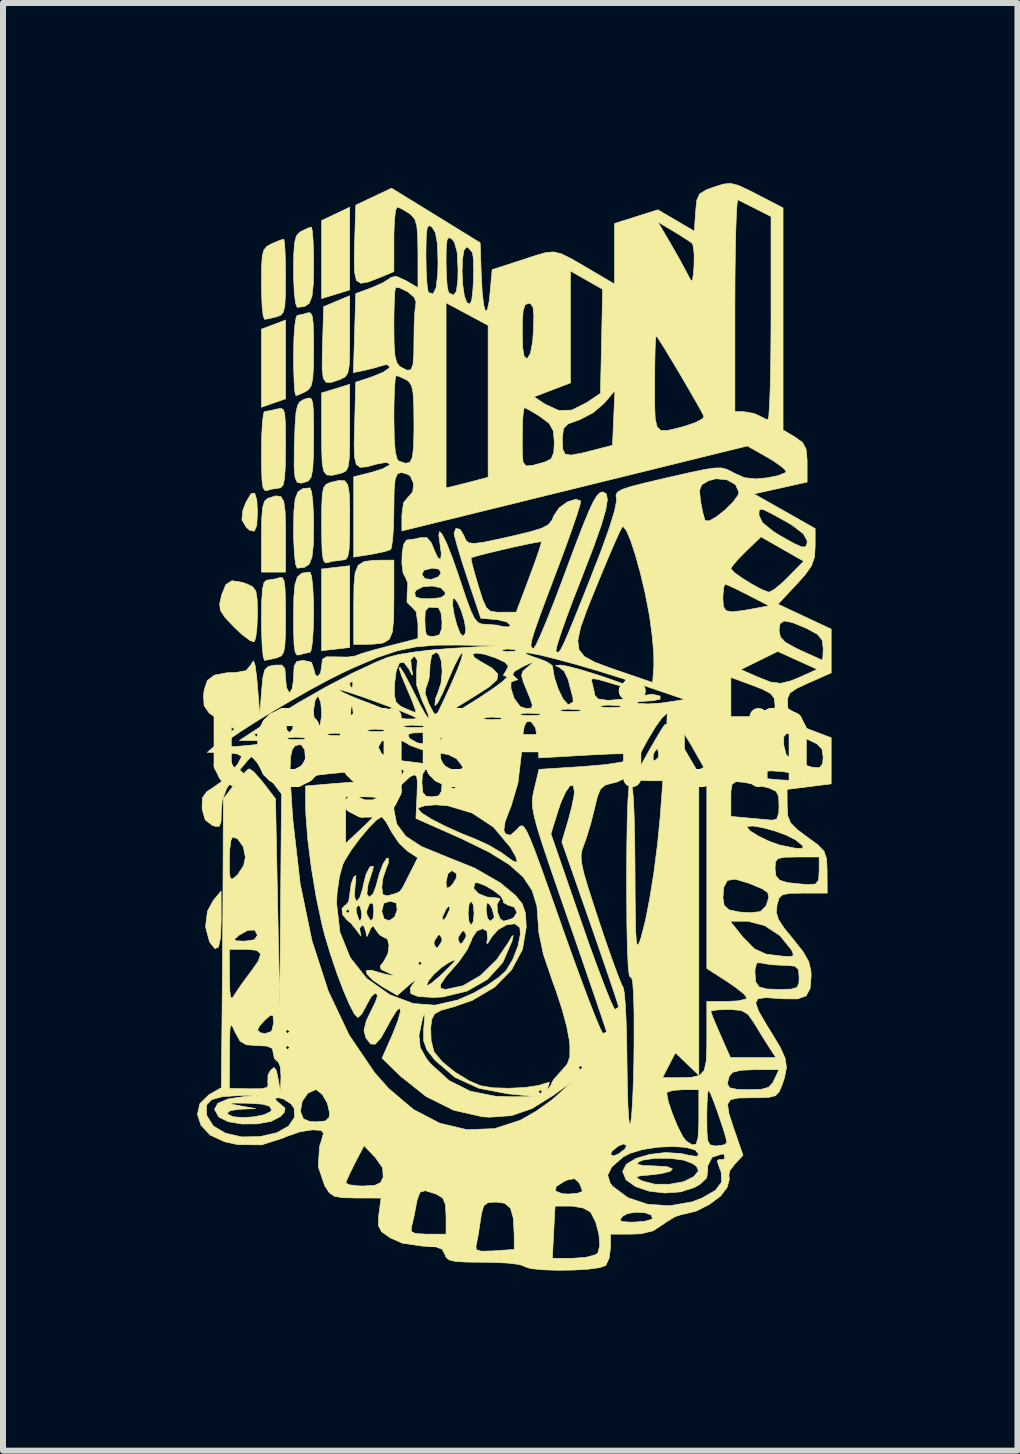
<source format=kicad_pcb>
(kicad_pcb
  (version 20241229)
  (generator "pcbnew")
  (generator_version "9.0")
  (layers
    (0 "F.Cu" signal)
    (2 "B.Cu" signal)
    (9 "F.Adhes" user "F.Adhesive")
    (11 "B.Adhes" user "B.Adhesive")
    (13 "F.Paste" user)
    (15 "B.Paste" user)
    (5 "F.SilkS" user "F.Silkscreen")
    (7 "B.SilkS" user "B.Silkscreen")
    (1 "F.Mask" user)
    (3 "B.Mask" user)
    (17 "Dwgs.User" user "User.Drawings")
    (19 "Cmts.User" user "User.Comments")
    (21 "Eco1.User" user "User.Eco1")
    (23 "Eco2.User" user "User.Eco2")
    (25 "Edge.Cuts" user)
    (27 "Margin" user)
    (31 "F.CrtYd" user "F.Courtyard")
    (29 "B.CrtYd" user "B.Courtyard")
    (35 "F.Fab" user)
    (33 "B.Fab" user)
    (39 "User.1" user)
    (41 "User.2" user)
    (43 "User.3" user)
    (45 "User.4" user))
  (footprint "logo-ipn"
    (layer "F.Cu")
    (at 5.45 9.222)
    (property "Reference" "logo-ipn" (at 0 0 0) (layer "F.SilkS") (effects (font (size 1.524 1.524) (thickness 0.3))))
    (attr through_hole)
    (fp_poly (pts (xy -3.743 -5.628) (xy -3.944 -5.558) (xy -4.144 -5.488) (xy -4.144 -6.789) (xy -3.743 -6.94) (xy -3.743 -5.628)) (stroke (width 0.01) (type solid)) (fill yes) (layer "F.SilkS"))
    (fp_poly (pts (xy -2.674 -7.442) (xy -2.908 -7.37) (xy -3.142 -7.298) (xy -3.142 -8.598) (xy -2.908 -8.709) (xy -2.674 -8.821) (xy -2.674 -7.442)) (stroke (width 0.01) (type solid)) (fill yes) (layer "F.SilkS"))
    (fp_poly (pts (xy -2.674 -1.485) (xy -2.908 -1.458) (xy -3.142 -1.431) (xy -3.142 -2.793) (xy -2.908 -2.82) (xy -2.674 -2.847) (xy -2.674 -1.485)) (stroke (width 0.01) (type solid)) (fill yes) (layer "F.SilkS"))
    (fp_poly (pts (xy -4.815 3.058) (xy -4.825 3.347) (xy -4.86 3.505) (xy -4.919 3.533) (xy -5.002 3.429) (xy -5.011 3.413) (xy -5.076 3.168) (xy -5.044 2.909) (xy -4.949 2.731) (xy -4.817 2.573) (xy -4.815 3.058)) (stroke (width 0.01) (type solid)) (fill yes) (layer "F.SilkS"))
    (fp_poly (pts (xy -4.221 -3.939) (xy -4.211 -3.743) (xy -4.222 -3.522) (xy -4.262 -3.423) (xy -4.337 -3.436) (xy -4.398 -3.489) (xy -4.47 -3.611) (xy -4.454 -3.773) (xy -4.401 -3.907) (xy -4.318 -4.047) (xy -4.257 -4.057) (xy -4.221 -3.939)) (stroke (width 0.01) (type solid)) (fill yes) (layer "F.SilkS"))
    (fp_poly (pts (xy -3.823 -4.001) (xy -3.773 -3.921) (xy -3.75 -3.752) (xy -3.743 -3.473) (xy -3.743 -3.376) (xy -3.743 -2.741) (xy -4.144 -2.741) (xy -4.144 -3.335) (xy -4.14 -3.631) (xy -4.124 -3.819) (xy -4.092 -3.924) (xy -4.039 -3.97) (xy -4.038 -3.97) (xy -3.908 -4.011) (xy -3.823 -4.001)) (stroke (width 0.01) (type solid)) (fill yes) (layer "F.SilkS"))
    (fp_poly (pts (xy -2.674 -6.679) (xy -2.675 -6.376) (xy -2.683 -6.179) (xy -2.705 -6.062) (xy -2.746 -5.998) (xy -2.813 -5.96) (xy -2.845 -5.947) (xy -2.98 -5.902) (xy -3.067 -5.903) (xy -3.114 -5.97) (xy -3.133 -6.123) (xy -3.131 -6.381) (xy -3.127 -6.523) (xy -3.108 -7.164) (xy -2.891 -7.255) (xy -2.674 -7.346) (xy -2.674 -6.679)) (stroke (width 0.01) (type solid)) (fill yes) (layer "F.SilkS"))
    (fp_poly (pts (xy -2.674 -5.148) (xy -2.675 -4.83) (xy -2.683 -4.62) (xy -2.701 -4.495) (xy -2.736 -4.428) (xy -2.792 -4.397) (xy -2.824 -4.387) (xy -2.963 -4.354) (xy -3.054 -4.359) (xy -3.107 -4.422) (xy -3.133 -4.563) (xy -3.141 -4.803) (xy -3.142 -5.035) (xy -3.142 -5.726) (xy -2.908 -5.798) (xy -2.674 -5.87) (xy -2.674 -5.148)) (stroke (width 0.01) (type solid)) (fill yes) (layer "F.SilkS"))
    (fp_poly (pts (xy -1.938 -2.28) (xy -1.942 -1.958) (xy -1.962 -1.746) (xy -2.014 -1.622) (xy -2.114 -1.561) (xy -2.276 -1.541) (xy -2.423 -1.538) (xy -2.607 -1.537) (xy -2.607 -2.198) (xy -2.603 -2.52) (xy -2.583 -2.732) (xy -2.531 -2.857) (xy -2.431 -2.918) (xy -2.27 -2.938) (xy -2.122 -2.94) (xy -1.938 -2.941) (xy -1.938 -2.28)) (stroke (width 0.01) (type solid)) (fill yes) (layer "F.SilkS"))
    (fp_poly (pts (xy -3.31 -4.082) (xy -3.289 -3.916) (xy -3.277 -3.674) (xy -3.275 -3.516) (xy -3.28 -3.2) (xy -3.302 -2.993) (xy -3.348 -2.874) (xy -3.428 -2.82) (xy -3.548 -2.807) (xy -3.575 -2.869) (xy -3.595 -3.036) (xy -3.607 -3.277) (xy -3.609 -3.435) (xy -3.604 -3.752) (xy -3.583 -3.958) (xy -3.537 -4.077) (xy -3.456 -4.132) (xy -3.337 -4.144) (xy -3.31 -4.082)) (stroke (width 0.01) (type solid)) (fill yes) (layer "F.SilkS"))
    (fp_poly (pts (xy -4.469 -2.572) (xy -4.383 -2.542) (xy -4.29 -2.496) (xy -4.238 -2.424) (xy -4.216 -2.292) (xy -4.211 -2.064) (xy -4.211 -2.044) (xy -4.219 -1.817) (xy -4.24 -1.648) (xy -4.267 -1.578) (xy -4.339 -1.603) (xy -4.471 -1.704) (xy -4.6 -1.826) (xy -4.754 -1.989) (xy -4.828 -2.103) (xy -4.841 -2.21) (xy -4.809 -2.354) (xy -4.808 -2.358) (xy -4.739 -2.531) (xy -4.637 -2.598) (xy -4.469 -2.572)) (stroke (width 0.01) (type solid)) (fill yes) (layer "F.SilkS"))
    (fp_poly (pts (xy -3.297 -8.427) (xy -3.284 -8.261) (xy -3.276 -8.019) (xy -3.275 -7.861) (xy -3.28 -7.544) (xy -3.302 -7.338) (xy -3.348 -7.219) (xy -3.428 -7.165) (xy -3.548 -7.152) (xy -3.575 -7.214) (xy -3.596 -7.38) (xy -3.608 -7.619) (xy -3.609 -7.751) (xy -3.606 -8.043) (xy -3.592 -8.229) (xy -3.563 -8.339) (xy -3.511 -8.4) (xy -3.48 -8.42) (xy -3.361 -8.475) (xy -3.313 -8.489) (xy -3.297 -8.427)) (stroke (width 0.01) (type solid)) (fill yes) (layer "F.SilkS"))
    (fp_poly (pts (xy -3.311 -2.678) (xy -3.29 -2.511) (xy -3.278 -2.266) (xy -3.275 -2.072) (xy -3.281 -1.792) (xy -3.296 -1.569) (xy -3.319 -1.433) (xy -3.337 -1.404) (xy -3.449 -1.382) (xy -3.504 -1.363) (xy -3.552 -1.36) (xy -3.583 -1.409) (xy -3.601 -1.533) (xy -3.608 -1.753) (xy -3.609 -1.991) (xy -3.605 -2.318) (xy -3.586 -2.534) (xy -3.545 -2.661) (xy -3.472 -2.723) (xy -3.361 -2.74) (xy -3.337 -2.741) (xy -3.311 -2.678)) (stroke (width 0.01) (type solid)) (fill yes) (layer "F.SilkS"))
    (fp_poly (pts (xy -3.3 -7.012) (xy -3.283 -6.885) (xy -3.276 -6.661) (xy -3.275 -6.46) (xy -3.278 -6.158) (xy -3.29 -5.962) (xy -3.317 -5.844) (xy -3.363 -5.779) (xy -3.405 -5.751) (xy -3.524 -5.695) (xy -3.572 -5.682) (xy -3.588 -5.744) (xy -3.6 -5.911) (xy -3.608 -6.156) (xy -3.609 -6.35) (xy -3.604 -6.631) (xy -3.588 -6.853) (xy -3.566 -6.989) (xy -3.548 -7.018) (xy -3.436 -7.04) (xy -3.381 -7.059) (xy -3.332 -7.062) (xy -3.3 -7.012)) (stroke (width 0.01) (type solid)) (fill yes) (layer "F.SilkS"))
    (fp_poly (pts (xy -3.76 -8.226) (xy -3.75 -8.06) (xy -3.744 -7.818) (xy -3.743 -7.661) (xy -3.745 -7.368) (xy -3.755 -7.181) (xy -3.779 -7.074) (xy -3.823 -7.021) (xy -3.893 -6.994) (xy -3.894 -6.994) (xy -4.032 -6.961) (xy -4.094 -6.952) (xy -4.116 -7.014) (xy -4.134 -7.179) (xy -4.143 -7.418) (xy -4.144 -7.542) (xy -4.142 -7.826) (xy -4.131 -8.005) (xy -4.103 -8.11) (xy -4.051 -8.17) (xy -3.974 -8.211) (xy -3.84 -8.268) (xy -3.773 -8.288) (xy -3.76 -8.226)) (stroke (width 0.01) (type solid)) (fill yes) (layer "F.SilkS"))
    (fp_poly (pts (xy -3.315 -5.63) (xy -3.29 -5.562) (xy -3.279 -5.417) (xy -3.275 -5.172) (xy -3.275 -4.985) (xy -3.279 -4.663) (xy -3.291 -4.452) (xy -3.316 -4.327) (xy -3.357 -4.265) (xy -3.381 -4.252) (xy -3.483 -4.222) (xy -3.55 -4.239) (xy -3.586 -4.325) (xy -3.6 -4.498) (xy -3.598 -4.778) (xy -3.595 -4.889) (xy -3.584 -5.197) (xy -3.569 -5.398) (xy -3.543 -5.517) (xy -3.501 -5.582) (xy -3.436 -5.618) (xy -3.426 -5.622) (xy -3.358 -5.642) (xy -3.315 -5.63)) (stroke (width 0.01) (type solid)) (fill yes) (layer "F.SilkS"))
    (fp_poly (pts (xy -3.782 -5.451) (xy -3.757 -5.377) (xy -3.746 -5.225) (xy -3.743 -4.973) (xy -3.743 -4.82) (xy -3.747 -4.503) (xy -3.76 -4.299) (xy -3.785 -4.187) (xy -3.825 -4.146) (xy -3.838 -4.144) (xy -3.985 -4.121) (xy -4.038 -4.104) (xy -4.087 -4.1) (xy -4.118 -4.15) (xy -4.135 -4.273) (xy -4.143 -4.492) (xy -4.144 -4.739) (xy -4.14 -5.021) (xy -4.127 -5.246) (xy -4.109 -5.384) (xy -4.094 -5.415) (xy -3.996 -5.432) (xy -3.894 -5.456) (xy -3.826 -5.47) (xy -3.782 -5.451)) (stroke (width 0.01) (type solid)) (fill yes) (layer "F.SilkS"))
    (fp_poly (pts (xy -3.769 -2.601) (xy -3.752 -2.477) (xy -3.744 -2.257) (xy -3.743 -2.02) (xy -3.745 -1.716) (xy -3.754 -1.519) (xy -3.775 -1.404) (xy -3.815 -1.345) (xy -3.878 -1.317) (xy -3.894 -1.312) (xy -4.032 -1.28) (xy -4.094 -1.271) (xy -4.115 -1.333) (xy -4.132 -1.5) (xy -4.142 -1.744) (xy -4.144 -1.938) (xy -4.14 -2.254) (xy -4.127 -2.456) (xy -4.102 -2.566) (xy -4.061 -2.606) (xy -4.049 -2.607) (xy -3.902 -2.63) (xy -3.849 -2.647) (xy -3.8 -2.651) (xy -3.769 -2.601)) (stroke (width 0.01) (type solid)) (fill yes) (layer "F.SilkS"))
    (fp_poly (pts (xy -2.759 -4.263) (xy -2.707 -4.198) (xy -2.682 -4.054) (xy -2.674 -3.808) (xy -2.674 -3.609) (xy -2.676 -3.305) (xy -2.685 -3.11) (xy -2.706 -3) (xy -2.743 -2.952) (xy -2.801 -2.941) (xy -2.802 -2.941) (xy -2.97 -2.92) (xy -3.036 -2.9) (xy -3.084 -2.897) (xy -3.115 -2.947) (xy -3.133 -3.071) (xy -3.14 -3.29) (xy -3.142 -3.528) (xy -3.14 -3.832) (xy -3.131 -4.029) (xy -3.11 -4.144) (xy -3.07 -4.202) (xy -3.007 -4.231) (xy -2.991 -4.236) (xy -2.851 -4.269) (xy -2.759 -4.263)) (stroke (width 0.01) (type solid)) (fill yes) (layer "F.SilkS"))
    (fp_poly (pts (xy 3.795 -9.186) (xy 3.974 -9.104) (xy 4.114 -9.032) (xy 4.545 -8.809) (xy 4.545 -5.109) (xy 4.746 -4.99) (xy 4.87 -4.9) (xy 4.929 -4.791) (xy 4.946 -4.611) (xy 4.946 -4.556) (xy 4.946 -4.241) (xy 4.504 -4.142) (xy 4.061 -4.044) (xy 4.571 -3.755) (xy 5.08 -3.467) (xy 5.08 -3.168) (xy 5.069 -2.991) (xy 5.02 -2.848) (xy 4.912 -2.695) (xy 4.771 -2.538) (xy 4.461 -2.207) (xy 4.904 -1.999) (xy 5.347 -1.792) (xy 5.347 -1.062) (xy 4.976 -0.898) (xy 4.771 -0.803) (xy 4.662 -0.728) (xy 4.622 -0.642) (xy 4.623 -0.514) (xy 4.625 -0.491) (xy 4.647 -0.347) (xy 4.705 -0.255) (xy 4.833 -0.181) (xy 4.996 -0.115) (xy 5.347 0.018) (xy 5.347 0.787) (xy 4.98 0.833) (xy 4.612 0.879) (xy 4.614 1.158) (xy 4.624 1.321) (xy 4.671 1.438) (xy 4.781 1.548) (xy 4.946 1.671) (xy 5.13 1.806) (xy 5.229 1.912) (xy 5.27 2.034) (xy 5.279 2.217) (xy 5.279 2.256) (xy 5.281 2.607) (xy 4.885 2.607) (xy 4.663 2.61) (xy 4.541 2.632) (xy 4.48 2.688) (xy 4.448 2.794) (xy 4.445 2.807) (xy 4.433 2.93) (xy 4.47 3.048) (xy 4.57 3.199) (xy 4.707 3.366) (xy 4.879 3.582) (xy 4.973 3.748) (xy 5.01 3.905) (xy 5.013 3.988) (xy 4.996 4.196) (xy 4.93 4.318) (xy 4.789 4.369) (xy 4.548 4.368) (xy 4.472 4.362) (xy 4.253 4.348) (xy 4.127 4.367) (xy 4.09 4.436) (xy 4.138 4.573) (xy 4.267 4.796) (xy 4.345 4.921) (xy 4.497 5.174) (xy 4.58 5.358) (xy 4.602 5.513) (xy 4.571 5.677) (xy 4.532 5.794) (xy 4.482 5.915) (xy 4.42 5.981) (xy 4.308 6.009) (xy 4.11 6.016) (xy 4.031 6.016) (xy 3.803 6.02) (xy 3.671 6.047) (xy 3.621 6.124) (xy 3.642 6.272) (xy 3.72 6.518) (xy 3.744 6.585) (xy 3.878 6.975) (xy 3.743 7.119) (xy 3.658 7.231) (xy 3.644 7.298) (xy 3.649 7.38) (xy 3.614 7.508) (xy 3.507 7.651) (xy 3.318 7.793) (xy 3.099 7.904) (xy 2.899 7.954) (xy 2.882 7.954) (xy 2.747 7.996) (xy 2.582 8.098) (xy 2.552 8.121) (xy 2.38 8.233) (xy 2.179 8.282) (xy 2.012 8.288) (xy 1.671 8.288) (xy 1.671 8.509) (xy 1.648 8.686) (xy 1.593 8.808) (xy 1.591 8.81) (xy 1.491 8.846) (xy 1.3 8.872) (xy 1.053 8.887) (xy 0.786 8.89) (xy 0.538 8.882) (xy 0.344 8.862) (xy 0.24 8.83) (xy 0.234 8.823) (xy 0.153 8.794) (xy -0.03 8.771) (xy -0.283 8.758) (xy -0.431 8.756) (xy -0.725 8.754) (xy -0.911 8.743) (xy -1.017 8.718) (xy -1.05 8.69) (xy 0.702 8.69) (xy 1.045 8.69) (xy 1.267 8.673) (xy 1.422 8.63) (xy 1.459 8.604) (xy 1.492 8.479) (xy 1.477 8.289) (xy 1.424 8.087) (xy 1.405 8.05) (xy 1.828 8.05) (xy 1.865 8.08) (xy 2.008 8.088) (xy 2.054 8.088) (xy 2.235 8.075) (xy 2.352 8.043) (xy 2.368 8.029) (xy 2.352 7.97) (xy 2.249 7.933) (xy 2.104 7.923) (xy 1.962 7.943) (xy 1.877 7.987) (xy 1.828 8.05) (xy 1.405 8.05) (xy 1.342 7.927) (xy 1.335 7.919) (xy 1.216 7.853) (xy 1.03 7.821) (xy 1 7.821) (xy 0.747 7.821) (xy 0.724 8.255) (xy 0.702 8.69) (xy -1.05 8.69) (xy -1.069 8.674) (xy -1.089 8.623) (xy -1.134 8.54) (xy -1.238 8.5) (xy -1.432 8.489) (xy -0.571 8.489) (xy -0.565 8.548) (xy -0.483 8.572) (xy -0.298 8.568) (xy -0.267 8.566) (xy 0.067 8.543) (xy 0.066 8.299) (xy 0.052 8.023) (xy 0.004 7.856) (xy -0.091 7.774) (xy -0.234 7.754) (xy -0.367 7.762) (xy -0.438 7.812) (xy -0.477 7.937) (xy -0.498 8.071) (xy -0.53 8.282) (xy -0.561 8.446) (xy -0.571 8.489) (xy -1.432 8.489) (xy -1.436 8.489) (xy -1.448 8.489) (xy -1.796 8.439) (xy -1.997 8.351) (xy -2.142 8.249) (xy -2.145 8.244) (xy -1.647 8.244) (xy -1.578 8.278) (xy -1.407 8.288) (xy -1.375 8.288) (xy -1.069 8.288) (xy -1.069 7.986) (xy -1.08 7.792) (xy -1.125 7.686) (xy -1.225 7.625) (xy -1.241 7.618) (xy -1.394 7.57) (xy 0.753 7.57) (xy 0.866 7.614) (xy 0.969 7.62) (xy 1.124 7.607) (xy 1.2 7.576) (xy 1.202 7.57) (xy 1.169 7.475) (xy 1.14 7.423) (xy 1.07 7.363) (xy 0.955 7.385) (xy 0.907 7.405) (xy 0.765 7.496) (xy 0.753 7.57) (xy -1.394 7.57) (xy -1.412 7.564) (xy -1.502 7.589) (xy -1.55 7.714) (xy -1.567 7.804) (xy -1.605 8.002) (xy -1.642 8.157) (xy -1.646 8.171) (xy -1.647 8.244) (xy -2.145 8.244) (xy -2.197 8.145) (xy -2.191 7.978) (xy -2.187 7.95) (xy -2.152 7.687) (xy -2.563 7.686) (xy -2.793 7.681) (xy -2.93 7.657) (xy -3.016 7.596) (xy -3.089 7.484) (xy -3.091 7.48) (xy -3.106 7.436) (xy -2.738 7.436) (xy -2.68 7.466) (xy -2.531 7.484) (xy -2.448 7.486) (xy -2.257 7.475) (xy -2.16 7.43) (xy -2.116 7.337) (xy -2.118 7.306) (xy 1.624 7.306) (xy 1.666 7.44) (xy 1.707 7.492) (xy 1.96 7.681) (xy 2.287 7.79) (xy 2.654 7.815) (xy 3.026 7.751) (xy 3.193 7.688) (xy 3.418 7.559) (xy 3.521 7.422) (xy 3.514 7.255) (xy 3.484 7.177) (xy 3.449 7.07) (xy 3.471 7.049) (xy 3.557 7.041) (xy 3.575 7.02) (xy 3.564 6.959) (xy 3.53 6.953) (xy 3.363 7.007) (xy 3.29 7.151) (xy 3.291 7.223) (xy 3.273 7.351) (xy 3.166 7.454) (xy 3.075 7.507) (xy 2.84 7.584) (xy 2.576 7.603) (xy 2.314 7.572) (xy 2.088 7.496) (xy 1.93 7.383) (xy 1.911 7.337) (xy 2.101 7.337) (xy 2.143 7.373) (xy 2.206 7.404) (xy 2.408 7.456) (xy 2.655 7.457) (xy 2.889 7.414) (xy 3.055 7.332) (xy 3.065 7.323) (xy 3.137 7.231) (xy 3.104 7.161) (xy 3.045 7.115) (xy 2.893 7.056) (xy 2.666 7.025) (xy 2.422 7.024) (xy 2.217 7.053) (xy 2.139 7.085) (xy 2.119 7.124) (xy 2.215 7.145) (xy 2.403 7.151) (xy 2.615 7.165) (xy 2.701 7.199) (xy 2.667 7.241) (xy 2.516 7.28) (xy 2.339 7.301) (xy 2.161 7.317) (xy 2.101 7.337) (xy 1.911 7.337) (xy 1.872 7.244) (xy 1.933 7.125) (xy 2.093 7.027) (xy 2.321 6.96) (xy 2.583 6.929) (xy 2.845 6.944) (xy 2.991 6.978) (xy 3.11 6.993) (xy 3.142 6.959) (xy 3.082 6.886) (xy 2.926 6.842) (xy 2.705 6.828) (xy 2.454 6.84) (xy 2.205 6.879) (xy 1.992 6.943) (xy 1.877 7.005) (xy 1.692 7.168) (xy 1.624 7.306) (xy -2.118 7.306) (xy -2.126 7.183) (xy -2.248 7.01) (xy -2.256 7.001) (xy -2.299 6.956) (xy 1.671 6.956) (xy 1.718 6.986) (xy 1.805 6.952) (xy 1.911 6.869) (xy 1.938 6.813) (xy 1.892 6.784) (xy 1.805 6.818) (xy 1.699 6.901) (xy 1.671 6.956) (xy -2.299 6.956) (xy -2.435 6.814) (xy -2.585 7.1) (xy -2.673 7.278) (xy -2.729 7.405) (xy -2.738 7.436) (xy -3.106 7.436) (xy -3.198 7.164) (xy -3.177 6.829) (xy -3.143 6.722) (xy -3.11 6.605) (xy -3.152 6.559) (xy -3.296 6.551) (xy -3.498 6.582) (xy -3.725 6.66) (xy -3.777 6.684) (xy -4.14 6.801) (xy -4.543 6.796) (xy -4.761 6.748) (xy -4.998 6.637) (xy -5.151 6.476) (xy -5.211 6.292) (xy -5.208 6.279) (xy -5.061 6.279) (xy -5.053 6.316) (xy -4.946 6.487) (xy -4.743 6.606) (xy -4.473 6.668) (xy -4.167 6.663) (xy -3.884 6.597) (xy -3.693 6.488) (xy -3.594 6.342) (xy -3.598 6.237) (xy -3.494 6.237) (xy -3.492 6.251) (xy -3.446 6.367) (xy -3.338 6.412) (xy -3.234 6.417) (xy -3.079 6.403) (xy -3.017 6.343) (xy -3.01 6.266) (xy -3.046 6.109) (xy -3.128 5.964) (xy -3.224 5.885) (xy -3.244 5.882) (xy -3.371 5.94) (xy -3.466 6.076) (xy -3.494 6.237) (xy -3.598 6.237) (xy -3.6 6.19) (xy -3.651 6.118) (xy -3.782 6.034) (xy -3.861 6.016) (xy -3.924 6.028) (xy -3.88 6.081) (xy -3.839 6.112) (xy -3.751 6.191) (xy -3.765 6.26) (xy -3.829 6.329) (xy -3.982 6.409) (xy -4.212 6.451) (xy -4.468 6.453) (xy -4.699 6.415) (xy -4.853 6.338) (xy -4.855 6.337) (xy -4.889 6.275) (xy -4.715 6.275) (xy -4.71 6.286) (xy -4.62 6.332) (xy -4.457 6.346) (xy -4.267 6.333) (xy -4.096 6.298) (xy -3.991 6.246) (xy -3.977 6.216) (xy -4.01 6.157) (xy -4.125 6.123) (xy -4.346 6.108) (xy -4.378 6.107) (xy -4.586 6.104) (xy -4.669 6.108) (xy -4.637 6.123) (xy -4.512 6.148) (xy -4.244 6.197) (xy -4.499 6.207) (xy -4.664 6.229) (xy -4.715 6.275) (xy -4.889 6.275) (xy -4.926 6.21) (xy -4.871 6.108) (xy -4.696 6.035) (xy -4.423 5.995) (xy -4.244 5.982) (xy -4.187 5.975) (xy -4.256 5.974) (xy -4.454 5.977) (xy -4.494 5.978) (xy -4.792 5.997) (xy -4.974 6.047) (xy -5.059 6.137) (xy -5.061 6.279) (xy -5.208 6.279) (xy -5.17 6.113) (xy -5.018 5.965) (xy -5.014 5.963) (xy -4.832 5.859) (xy -4.679 5.859) (xy -4.339 5.867) (xy -4.139 5.865) (xy -4.046 5.842) (xy -4.033 5.788) (xy -4.039 5.77) (xy -4.035 5.635) (xy -3.995 5.562) (xy -3.935 5.511) (xy -3.897 5.559) (xy -3.869 5.687) (xy -3.828 5.916) (xy -3.819 5.665) (xy -3.829 5.504) (xy -3.865 5.418) (xy -3.877 5.414) (xy -3.931 5.358) (xy -3.944 5.281) (xy -3.966 5.193) (xy -3.996 5.18) (xy -3.743 5.18) (xy -3.71 5.214) (xy -3.676 5.18) (xy -3.71 5.147) (xy -3.743 5.18) (xy -3.996 5.18) (xy -4.055 5.155) (xy -4.214 5.147) (xy -4.397 5.134) (xy -4.5 5.073) (xy -4.578 4.934) (xy -4.579 4.93) (xy -4.598 4.89) (xy -4.211 4.89) (xy -4.155 4.936) (xy -4.077 4.946) (xy -3.984 4.913) (xy -3.743 4.913) (xy -3.71 4.946) (xy -3.676 4.913) (xy -3.71 4.879) (xy -3.743 4.913) (xy -3.984 4.913) (xy -3.975 4.91) (xy -3.944 4.78) (xy -3.944 4.769) (xy -3.951 4.647) (xy -3.994 4.642) (xy -4.077 4.712) (xy -4.177 4.821) (xy -4.211 4.89) (xy -4.598 4.89) (xy -4.625 4.832) (xy -4.653 4.806) (xy -4.668 4.866) (xy -4.674 5.03) (xy -4.676 5.286) (xy -4.679 5.859) (xy -4.832 5.859) (xy -4.813 5.849) (xy -4.801 4.679) (xy -4.797 4.187) (xy -4.792 3.619) (xy -4.792 3.543) (xy -4.679 3.543) (xy -4.677 3.994) (xy -4.672 4.226) (xy -4.658 4.341) (xy -4.631 4.356) (xy -4.6 4.311) (xy -4.512 4.176) (xy -4.383 3.997) (xy -4.334 3.934) (xy -4.196 3.739) (xy -4.158 3.62) (xy -4.222 3.56) (xy -4.391 3.543) (xy -4.412 3.543) (xy -4.679 3.543) (xy -4.792 3.543) (xy -4.791 3.373) (xy -4.593 3.373) (xy -4.57 3.401) (xy -4.429 3.407) (xy -4.428 3.407) (xy -4.263 3.384) (xy -4.211 3.309) (xy -4.256 3.222) (xy -4.372 3.226) (xy -4.516 3.307) (xy -4.593 3.373) (xy -4.791 3.373) (xy -4.788 3.033) (xy -4.785 2.486) (xy -4.784 2.273) (xy -4.783 2.049) (xy -4.679 2.049) (xy -4.677 2.261) (xy -4.663 2.361) (xy -4.625 2.371) (xy -4.553 2.313) (xy -4.545 2.306) (xy -4.442 2.148) (xy -4.412 2.008) (xy -4.449 1.83) (xy -4.541 1.703) (xy -4.625 1.671) (xy -4.654 1.732) (xy -4.674 1.888) (xy -4.679 2.049) (xy -4.783 2.049) (xy -4.779 1.036) (xy -4.587 0.785) (xy -4.464 0.637) (xy -4.37 0.547) (xy -4.345 0.535) (xy -4.277 0.583) (xy -4.165 0.707) (xy -4.102 0.785) (xy -3.91 1.036) (xy -3.875 2.774) (xy -3.839 4.512) (xy -3.825 2.733) (xy -3.81 0.955) (xy -4.047 0.645) (xy -4.138 0.53) (xy -3.667 0.53) (xy -3.658 0.822) (xy -3.633 1.224) (xy -3.62 1.397) (xy -3.499 2.451) (xy -3.303 3.399) (xy -3.031 4.239) (xy -2.684 4.971) (xy -2.263 5.593) (xy -2.027 5.86) (xy -1.614 6.21) (xy -1.174 6.44) (xy -0.719 6.548) (xy -0.262 6.53) (xy 0.167 6.391) (xy 0.423 6.246) (xy 0.679 6.064) (xy 0.769 5.988) (xy 1.036 5.743) (xy 0.721 5.973) (xy 0.363 6.196) (xy 0.022 6.314) (xy -0.345 6.34) (xy -0.465 6.332) (xy -0.941 6.224) (xy -1.404 5.993) (xy -1.826 5.657) (xy -2.135 5.356) (xy -1.969 4.979) (xy -1.52 4.979) (xy -1.499 5.18) (xy -1.394 5.367) (xy -1.327 5.449) (xy -1.018 5.73) (xy -0.665 5.907) (xy -0.243 5.991) (xy 0.033 6) (xy 0.434 5.996) (xy -0.033 5.951) (xy -0.219 5.916) (xy 0.468 5.916) (xy 0.501 5.949) (xy 0.535 5.916) (xy 0.501 5.882) (xy 0.468 5.916) (xy -0.219 5.916) (xy -0.523 5.857) (xy -0.922 5.674) (xy -1.248 5.395) (xy -1.258 5.384) (xy -1.389 5.216) (xy -1.442 5.069) (xy -1.442 4.871) (xy -1.438 4.829) (xy -1.425 4.658) (xy -1.43 4.611) (xy -1.456 4.681) (xy -1.465 4.712) (xy -1.52 4.979) (xy -1.969 4.979) (xy -1.967 4.976) (xy -1.871 4.735) (xy -1.829 4.58) (xy -1.838 4.52) (xy -1.893 4.565) (xy -1.993 4.726) (xy -2.029 4.796) (xy -2.154 5.019) (xy -2.249 5.124) (xy -2.327 5.12) (xy -2.405 5.016) (xy -2.406 5.014) (xy -2.437 4.892) (xy -2.398 4.736) (xy -2.341 4.616) (xy -2.247 4.423) (xy -2.212 4.321) (xy -2.228 4.282) (xy -2.256 4.278) (xy -2.315 4.332) (xy -2.39 4.465) (xy -2.396 4.478) (xy -2.471 4.616) (xy -2.536 4.679) (xy -2.539 4.679) (xy -2.597 4.619) (xy -2.681 4.457) (xy -2.783 4.218) (xy -2.892 3.929) (xy -2.997 3.616) (xy -3.091 3.304) (xy -3.133 3.142) (xy -3.211 2.774) (xy -2.893 2.774) (xy -2.837 3.257) (xy -2.667 3.679) (xy -2.392 4.028) (xy -2.017 4.292) (xy -1.994 4.304) (xy -1.616 4.446) (xy -1.254 4.474) (xy -0.876 4.388) (xy -0.613 4.273) (xy -0.381 4.142) (xy -0.181 4.003) (xy -0.069 3.898) (xy 0.043 3.712) (xy 0.128 3.492) (xy 0.169 3.292) (xy 0.16 3.18) (xy 0.078 3.118) (xy -0.057 3.134) (xy -0.201 3.215) (xy -0.307 3.334) (xy -0.375 3.444) (xy -0.392 3.441) (xy -0.378 3.359) (xy -0.388 3.238) (xy -0.46 3.199) (xy -0.555 3.238) (xy -0.633 3.352) (xy -0.644 3.389) (xy -0.718 3.551) (xy -0.847 3.739) (xy -0.896 3.796) (xy -1.073 3.999) (xy -1.158 4.125) (xy -1.159 4.191) (xy -1.081 4.211) (xy -1.071 4.211) (xy -0.784 4.149) (xy -0.493 3.978) (xy -0.226 3.718) (xy -0.039 3.442) (xy 0.031 3.322) (xy 0.05 3.315) (xy 0.029 3.409) (xy -0.125 3.764) (xy -0.381 4.045) (xy -0.721 4.24) (xy -1.125 4.337) (xy -1.291 4.345) (xy -1.536 4.329) (xy -1.658 4.279) (xy -1.664 4.186) (xy -1.628 4.134) (xy -1.389 4.134) (xy -1.371 4.144) (xy -1.304 4.101) (xy -1.176 3.992) (xy -1.086 3.907) (xy -0.952 3.774) (xy -0.911 3.72) (xy -0.957 3.731) (xy -1.029 3.767) (xy -1.151 3.85) (xy -1.272 3.96) (xy -1.36 4.065) (xy -1.389 4.134) (xy -1.628 4.134) (xy -1.587 4.075) (xy -1.576 4.051) (xy -1.648 4.106) (xy -1.692 4.144) (xy -1.881 4.31) (xy -2.124 4.169) (xy -2.289 4.056) (xy -2.385 3.959) (xy -2.4 3.897) (xy -2.322 3.89) (xy -2.282 3.9) (xy -2.09 3.955) (xy -1.972 3.98) (xy -1.947 3.975) (xy -2.026 3.937) (xy -2.151 3.878) (xy -2.166 3.821) (xy -2.131 3.777) (xy -1.537 3.777) (xy -1.504 3.81) (xy -1.471 3.777) (xy -1.504 3.743) (xy -1.537 3.777) (xy -2.131 3.777) (xy -2.104 3.742) (xy -2.039 3.619) (xy -2.019 3.479) (xy -2.026 3.45) (xy -1.27 3.45) (xy -1.237 3.516) (xy -1.203 3.509) (xy -1.142 3.413) (xy -1.138 3.383) (xy -0.869 3.383) (xy -0.836 3.45) (xy -0.802 3.442) (xy -0.741 3.346) (xy -0.735 3.301) (xy -0.769 3.235) (xy -0.802 3.242) (xy -0.863 3.338) (xy -0.869 3.383) (xy -1.138 3.383) (xy -1.136 3.368) (xy -1.17 3.302) (xy -1.203 3.309) (xy -1.264 3.405) (xy -1.27 3.45) (xy -2.026 3.45) (xy -2.044 3.373) (xy -2.1 3.345) (xy -2.177 3.302) (xy -2.228 3.234) (xy -2.284 3.152) (xy -2.324 3.191) (xy -2.346 3.245) (xy -2.385 3.33) (xy -2.4 3.292) (xy -2.402 3.259) (xy -2.436 3.159) (xy -2.471 3.142) (xy -2.509 3.193) (xy -2.499 3.259) (xy -2.487 3.321) (xy -2.53 3.267) (xy -2.546 3.242) (xy -2.649 3.112) (xy -2.718 3.055) (xy -2.79 2.967) (xy -2.798 2.908) (xy -2.741 2.908) (xy -2.707 2.941) (xy -2.674 2.908) (xy -2.707 2.874) (xy -2.741 2.908) (xy -2.798 2.908) (xy -2.803 2.865) (xy -2.799 2.861) (xy -2.568 2.861) (xy -2.559 2.941) (xy -2.521 3.049) (xy -2.499 3.075) (xy -2.478 3.018) (xy -2.473 2.941) (xy -2.48 2.911) (xy -2.394 2.911) (xy -2.384 2.97) (xy -2.327 3.066) (xy -2.287 3.036) (xy -2.274 2.913) (xy -2.139 2.913) (xy -2.101 3.036) (xy -2.015 3.066) (xy -1.979 3.041) (xy -1.134 3.041) (xy -1.107 3.053) (xy -1.069 3.008) (xy -1.038 2.941) (xy -0.702 2.941) (xy -0.687 3.082) (xy -0.652 3.142) (xy -0.652 3.142) (xy -0.616 3.083) (xy -0.602 2.943) (xy -0.602 2.941) (xy -0.607 2.891) (xy -0.4 2.891) (xy -0.38 3.024) (xy -0.334 3.075) (xy -0.273 3.022) (xy -0.268 2.991) (xy -0.303 2.865) (xy -0.334 2.807) (xy -0.381 2.762) (xy -0.399 2.832) (xy -0.4 2.891) (xy -0.607 2.891) (xy -0.616 2.8) (xy -0.651 2.741) (xy -0.652 2.741) (xy -0.687 2.799) (xy -0.702 2.939) (xy -0.702 2.941) (xy -1.038 2.941) (xy -1.013 2.886) (xy -1.005 2.841) (xy -1.032 2.829) (xy -1.069 2.874) (xy -1.126 2.996) (xy -1.134 3.041) (xy -1.979 3.041) (xy -1.927 3.006) (xy -1.884 2.89) (xy -1.897 2.773) (xy -2 2.741) (xy -2.001 2.741) (xy -2.107 2.776) (xy -2.139 2.904) (xy -2.139 2.913) (xy -2.274 2.913) (xy -2.273 2.894) (xy -2.286 2.776) (xy -2.333 2.775) (xy -2.348 2.79) (xy -2.394 2.911) (xy -2.48 2.911) (xy -2.499 2.832) (xy -2.534 2.807) (xy -2.568 2.861) (xy -2.799 2.861) (xy -2.752 2.808) (xy -2.741 2.807) (xy -2.692 2.75) (xy -2.673 2.624) (xy -2.649 2.448) (xy -2.608 2.339) (xy -2.572 2.314) (xy -2.573 2.413) (xy -2.584 2.49) (xy -2.596 2.661) (xy -2.566 2.739) (xy -2.557 2.741) (xy -2.506 2.681) (xy -2.459 2.534) (xy -2.448 2.477) (xy -2.403 2.297) (xy -2.343 2.179) (xy -2.328 2.165) (xy -2.278 2.162) (xy -2.295 2.234) (xy -2.37 2.469) (xy -2.388 2.622) (xy -2.348 2.674) (xy -2.283 2.616) (xy -2.236 2.49) (xy -2.179 2.279) (xy -2.115 2.114) (xy -2.057 2.026) (xy -2.031 2.024) (xy -2.03 2.104) (xy -2.067 2.196) (xy -2.124 2.37) (xy -2.139 2.507) (xy -2.123 2.63) (xy -2.051 2.652) (xy -1.989 2.636) (xy -1.894 2.608) (xy -1.838 2.578) (xy -1.801 2.527) (xy -0.608 2.527) (xy -0.53 2.614) (xy -0.389 2.671) (xy -0.32 2.679) (xy -0.193 2.69) (xy -0.166 2.711) (xy -0.174 2.715) (xy -0.219 2.792) (xy -0.213 2.921) (xy -0.167 3.036) (xy -0.109 3.074) (xy 0.012 3.039) (xy 0.059 3.014) (xy 0.113 2.927) (xy 0.067 2.841) (xy -0.037 2.807) (xy -0.114 2.764) (xy -0.117 2.726) (xy -0.159 2.655) (xy -0.276 2.564) (xy -0.419 2.48) (xy -0.541 2.434) (xy -0.59 2.439) (xy -0.608 2.527) (xy -1.801 2.527) (xy -1.791 2.512) (xy -1.746 2.424) (xy -1.069 2.424) (xy -1.069 2.425) (xy -1.06 2.524) (xy -1.01 2.507) (xy -0.961 2.46) (xy -0.894 2.348) (xy -0.899 2.278) (xy -0.973 2.231) (xy -1.04 2.288) (xy -1.069 2.424) (xy -1.746 2.424) (xy -1.721 2.375) (xy -1.681 2.296) (xy -1.541 2.018) (xy -1.709 1.908) (xy -1.853 1.772) (xy -1.978 1.586) (xy -1.987 1.568) (xy -2.069 1.419) (xy -2.133 1.341) (xy -2.144 1.337) (xy -2.227 1.388) (xy -2.356 1.518) (xy -2.505 1.696) (xy -2.648 1.889) (xy -2.757 2.065) (xy -2.789 2.13) (xy -2.846 2.336) (xy -2.884 2.603) (xy -2.893 2.774) (xy -3.211 2.774) (xy -3.23 2.686) (xy -3.312 2.193) (xy -3.373 1.71) (xy -3.405 1.287) (xy -3.409 1.131) (xy -3.409 1.003) (xy -2.741 1.003) (xy -2.741 1.778) (xy -2.406 1.464) (xy -2.238 1.296) (xy -2.168 1.215) (xy -1.938 1.215) (xy -1.891 1.456) (xy -1.742 1.657) (xy -1.481 1.829) (xy -1.143 1.968) (xy -0.592 2.19) (xy -0.164 2.436) (xy 0.085 2.643) (xy 0.2 2.784) (xy 0.254 2.941) (xy 0.267 3.171) (xy 0.204 3.546) (xy 0.022 3.886) (xy -0.262 4.175) (xy -0.635 4.395) (xy -0.946 4.502) (xy -1.151 4.559) (xy -1.26 4.618) (xy -1.307 4.708) (xy -1.325 4.849) (xy -1.318 5.06) (xy -1.273 5.24) (xy -1.265 5.257) (xy -1.134 5.416) (xy -0.925 5.586) (xy -0.684 5.734) (xy -0.492 5.816) (xy -0.294 5.849) (xy -0.03 5.858) (xy 0.244 5.845) (xy 0.473 5.811) (xy 0.562 5.783) (xy 0.651 5.756) (xy 0.642 5.809) (xy 0.635 5.821) (xy 0.614 5.877) (xy 0.641 5.86) (xy 0.688 5.79) (xy 0.687 5.778) (xy 0.719 5.719) (xy 0.818 5.606) (xy 0.846 5.577) (xy 0.9 5.514) (xy 1.136 5.514) (xy 1.17 5.548) (xy 1.203 5.514) (xy 1.17 5.481) (xy 1.136 5.514) (xy 0.9 5.514) (xy 0.949 5.457) (xy 0.993 5.335) (xy 0.994 5.157) (xy 0.984 5.054) (xy 0.943 4.835) (xy 0.864 4.542) (xy 0.76 4.224) (xy 0.708 4.084) (xy 0.551 3.621) (xy 0.475 3.256) (xy 0.468 3.133) (xy 0.445 2.824) (xy 0.365 2.563) (xy 0.215 2.337) (xy -0.021 2.128) (xy -0.355 1.922) (xy -0.803 1.703) (xy -0.884 1.667) (xy -1.571 1.362) (xy -1.563 1.202) (xy -1.537 1.202) (xy -1.479 1.269) (xy -1.322 1.369) (xy -1.092 1.488) (xy -0.815 1.613) (xy -0.597 1.699) (xy -0.365 1.804) (xy -0.151 1.93) (xy -0.096 1.97) (xy 0.055 2.079) (xy 0.118 2.09) (xy 0.093 2.001) (xy 0.003 1.843) (xy -0.236 1.558) (xy -0.106 1.558) (xy -0.079 1.619) (xy 0.002 1.643) (xy 0.106 1.554) (xy 0.117 1.541) (xy 0.154 1.5) (xy 0.188 1.482) (xy 0.225 1.501) (xy 0.271 1.569) (xy 0.331 1.699) (xy 0.412 1.903) (xy 0.519 2.194) (xy 0.658 2.583) (xy 0.835 3.085) (xy 0.864 3.168) (xy 1.027 3.628) (xy 1.179 4.043) (xy 1.312 4.398) (xy 1.422 4.678) (xy 1.501 4.865) (xy 1.543 4.945) (xy 1.546 4.946) (xy 1.604 4.92) (xy 1.604 4.916) (xy 1.583 4.847) (xy 1.523 4.668) (xy 1.431 4.395) (xy 1.31 4.044) (xy 1.168 3.63) (xy 1.009 3.17) (xy 0.963 3.04) (xy 0.779 2.509) (xy 0.635 2.088) (xy 0.526 1.762) (xy 0.482 1.619) (xy 0.678 1.619) (xy 1.183 3.082) (xy 1.328 3.498) (xy 1.463 3.867) (xy 1.579 4.173) (xy 1.67 4.398) (xy 1.729 4.524) (xy 1.746 4.545) (xy 1.804 4.507) (xy 1.805 4.501) (xy 1.784 4.427) (xy 1.725 4.246) (xy 1.634 3.978) (xy 1.518 3.64) (xy 1.384 3.252) (xy 1.332 3.104) (xy 0.941 1.984) (xy 1.18 1.984) (xy 1.188 2.1) (xy 1.223 2.262) (xy 1.29 2.492) (xy 1.392 2.811) (xy 1.477 3.07) (xy 1.596 3.424) (xy 1.705 3.734) (xy 1.795 3.978) (xy 1.857 4.132) (xy 1.88 4.174) (xy 1.899 4.259) (xy 1.917 4.454) (xy 1.931 4.738) (xy 1.941 5.088) (xy 1.946 5.444) (xy 1.952 5.836) (xy 1.961 6.145) (xy 1.974 6.357) (xy 1.989 6.461) (xy 2.005 6.45) (xy 2.022 6.318) (xy 2.038 6.08) (xy 2.044 5.937) (xy 2.607 5.937) (xy 2.633 6.078) (xy 2.7 6.278) (xy 2.786 6.488) (xy 2.872 6.659) (xy 2.929 6.734) (xy 3.032 6.801) (xy 3.096 6.789) (xy 3.129 6.682) (xy 3.141 6.464) (xy 3.142 6.35) (xy 3.275 6.35) (xy 3.278 6.594) (xy 3.292 6.734) (xy 3.329 6.799) (xy 3.398 6.817) (xy 3.442 6.818) (xy 3.568 6.799) (xy 3.609 6.764) (xy 3.59 6.671) (xy 3.539 6.504) (xy 3.471 6.302) (xy 3.401 6.105) (xy 3.34 5.952) (xy 3.304 5.883) (xy 3.303 5.882) (xy 3.289 5.943) (xy 3.279 6.104) (xy 3.275 6.331) (xy 3.275 6.35) (xy 3.142 6.35) (xy 3.142 5.882) (xy 2.874 5.882) (xy 2.707 5.894) (xy 2.614 5.925) (xy 2.607 5.937) (xy 2.044 5.937) (xy 2.05 5.779) (xy 3.617 5.779) (xy 3.654 5.849) (xy 3.785 5.877) (xy 3.966 5.882) (xy 4.18 5.875) (xy 4.302 5.842) (xy 4.373 5.767) (xy 4.399 5.715) (xy 4.476 5.548) (xy 4.083 5.548) (xy 3.842 5.558) (xy 3.706 5.593) (xy 3.65 5.654) (xy 3.617 5.779) (xy 2.05 5.779) (xy 2.051 5.76) (xy 2.06 5.386) (xy 2.063 5.08) (xy 2.063 4.613) (xy 2.054 4.277) (xy 2.039 4.073) (xy 2.016 4.003) (xy 2.005 4.011) (xy 1.983 3.982) (xy 1.965 3.821) (xy 1.952 3.529) (xy 1.943 3.108) (xy 1.94 2.558) (xy 1.939 2.423) (xy 1.942 1.855) (xy 1.949 1.396) (xy 1.961 1.054) (xy 1.978 0.833) (xy 2 0.738) (xy 2.005 0.735) (xy 2.029 0.801) (xy 2.049 0.992) (xy 2.064 1.303) (xy 2.074 1.724) (xy 2.079 2.189) (xy 2.081 2.661) (xy 2.085 3.013) (xy 2.091 3.256) (xy 2.101 3.404) (xy 2.115 3.469) (xy 2.135 3.464) (xy 2.161 3.401) (xy 2.181 3.342) (xy 2.253 3.062) (xy 2.326 2.684) (xy 2.396 2.245) (xy 2.455 1.782) (xy 2.499 1.33) (xy 2.502 1.287) (xy 2.543 0.735) (xy 2.308 0.735) (xy 2.152 0.726) (xy 2.074 0.702) (xy 2.072 0.697) (xy 2.103 0.622) (xy 2.185 0.464) (xy 2.228 0.387) (xy 2.381 0.387) (xy 2.408 0.401) (xy 2.466 0.347) (xy 2.473 0.301) (xy 2.459 0.212) (xy 2.447 0.201) (xy 2.404 0.253) (xy 2.382 0.301) (xy 2.381 0.387) (xy 2.228 0.387) (xy 2.299 0.257) (xy 2.429 0.033) (xy 2.522 -0.123) (xy 2.573 -0.197) (xy 2.619 -0.214) (xy 2.679 -0.158) (xy 2.772 -0.014) (xy 2.88 0.168) (xy 3.142 0.616) (xy 3.142 5.64) (xy 2.947 5.453) (xy 2.751 5.266) (xy 2.537 5.682) (xy 2.8 5.682) (xy 3.015 5.676) (xy 3.153 5.644) (xy 3.231 5.56) (xy 3.266 5.401) (xy 3.275 5.141) (xy 3.275 5.006) (xy 3.275 4.577) (xy 3.342 4.577) (xy 3.367 4.65) (xy 3.432 4.808) (xy 3.506 4.978) (xy 3.669 5.347) (xy 4.427 5.347) (xy 4.31 5.169) (xy 4.194 4.985) (xy 4.069 4.781) (xy 4.062 4.768) (xy 3.962 4.626) (xy 3.849 4.562) (xy 3.668 4.545) (xy 3.636 4.545) (xy 3.459 4.552) (xy 3.354 4.568) (xy 3.342 4.577) (xy 3.275 4.577) (xy 3.275 4.412) (xy 3.609 4.412) (xy 3.8 4.401) (xy 3.921 4.373) (xy 3.944 4.352) (xy 3.892 4.286) (xy 3.757 4.178) (xy 3.609 4.077) (xy 3.373 3.925) (xy 4.077 3.925) (xy 4.089 4.083) (xy 4.145 4.168) (xy 4.275 4.204) (xy 4.49 4.211) (xy 4.683 4.206) (xy 4.778 4.177) (xy 4.81 4.103) (xy 4.813 4.011) (xy 4.802 3.881) (xy 4.743 3.824) (xy 4.598 3.81) (xy 4.551 3.81) (xy 4.353 3.8) (xy 4.201 3.775) (xy 4.183 3.769) (xy 4.107 3.77) (xy 4.079 3.871) (xy 4.077 3.925) (xy 3.373 3.925) (xy 3.275 3.863) (xy 3.275 3.075) (xy 3.665 3.075) (xy 3.874 3.338) (xy 4.067 3.534) (xy 4.26 3.622) (xy 4.297 3.628) (xy 4.537 3.657) (xy 4.669 3.664) (xy 4.717 3.645) (xy 4.706 3.595) (xy 4.683 3.55) (xy 4.495 3.316) (xy 4.239 3.148) (xy 3.963 3.076) (xy 3.933 3.075) (xy 3.665 3.075) (xy 3.275 3.075) (xy 3.275 2.685) (xy 3.544 2.685) (xy 3.565 2.812) (xy 3.648 2.886) (xy 3.82 2.922) (xy 3.996 2.933) (xy 4.166 2.915) (xy 4.256 2.828) (xy 4.272 2.791) (xy 4.308 2.675) (xy 4.289 2.597) (xy 4.193 2.532) (xy 3.997 2.451) (xy 3.972 2.441) (xy 3.75 2.375) (xy 3.619 2.395) (xy 3.557 2.511) (xy 3.544 2.685) (xy 3.275 2.685) (xy 3.275 2.201) (xy 4.412 2.201) (xy 4.412 2.201) (xy 4.426 2.317) (xy 4.486 2.39) (xy 4.619 2.432) (xy 4.85 2.456) (xy 4.963 2.463) (xy 5.086 2.456) (xy 5.137 2.39) (xy 5.147 2.239) (xy 5.147 2.005) (xy 4.779 2.005) (xy 4.569 2.009) (xy 4.46 2.031) (xy 4.418 2.089) (xy 4.412 2.201) (xy 3.275 2.201) (xy 3.275 1.509) (xy 3.944 1.509) (xy 3.999 1.572) (xy 4.136 1.657) (xy 4.311 1.742) (xy 4.479 1.802) (xy 4.497 1.807) (xy 4.745 1.858) (xy 4.87 1.863) (xy 4.877 1.821) (xy 4.768 1.73) (xy 4.745 1.715) (xy 4.6 1.641) (xy 4.41 1.572) (xy 4.213 1.518) (xy 4.048 1.489) (xy 3.953 1.494) (xy 3.944 1.509) (xy 3.275 1.509) (xy 3.275 1.032) (xy 3.676 1.032) (xy 3.676 1.329) (xy 3.96 1.355) (xy 4.167 1.374) (xy 4.332 1.389) (xy 4.361 1.392) (xy 4.44 1.372) (xy 4.474 1.27) (xy 4.478 1.148) (xy 4.472 0.997) (xy 4.431 0.912) (xy 4.322 0.859) (xy 4.139 0.814) (xy 3.899 0.761) (xy 3.76 0.75) (xy 3.696 0.794) (xy 3.677 0.907) (xy 3.676 1.032) (xy 3.275 1.032) (xy 3.275 0.637) (xy 4.036 0.637) (xy 4.123 0.668) (xy 4.144 0.674) (xy 4.291 0.702) (xy 4.487 0.72) (xy 4.689 0.729) (xy 4.855 0.727) (xy 4.942 0.711) (xy 4.946 0.704) (xy 4.887 0.658) (xy 4.738 0.615) (xy 4.543 0.583) (xy 4.347 0.57) (xy 4.203 0.581) (xy 4.059 0.613) (xy 4.036 0.637) (xy 3.275 0.637) (xy 3.275 0.599) (xy 3.011 0.134) (xy 4.557 0.134) (xy 4.558 0.145) (xy 4.598 0.301) (xy 4.706 0.396) (xy 4.813 0.441) (xy 5.029 0.51) (xy 5.151 0.517) (xy 5.203 0.455) (xy 5.214 0.341) (xy 5.193 0.208) (xy 5.109 0.119) (xy 4.945 0.041) (xy 4.727 -0.039) (xy 4.606 -0.054) (xy 4.557 0.001) (xy 4.557 0.134) (xy 3.011 0.134) (xy 2.991 0.1) (xy 2.829 -0.162) (xy 2.699 -0.328) (xy 2.689 -0.334) (xy 3.676 -0.334) (xy 4.044 -0.334) (xy 4.254 -0.338) (xy 4.364 -0.36) (xy 4.405 -0.418) (xy 4.412 -0.525) (xy 4.398 -0.639) (xy 4.337 -0.719) (xy 4.198 -0.792) (xy 4.044 -0.852) (xy 3.676 -0.987) (xy 3.676 -0.334) (xy 2.689 -0.334) (xy 2.61 -0.384) (xy 2.607 -0.383) (xy 2.534 -0.32) (xy 2.421 -0.165) (xy 2.289 0.056) (xy 2.221 0.181) (xy 2.079 0.445) (xy 1.973 0.612) (xy 1.881 0.707) (xy 1.782 0.755) (xy 1.712 0.772) (xy 1.584 0.806) (xy 1.505 0.871) (xy 1.452 1.002) (xy 1.406 1.192) (xy 1.341 1.45) (xy 1.267 1.692) (xy 1.228 1.8) (xy 1.195 1.892) (xy 1.18 1.984) (xy 0.941 1.984) (xy 0.86 1.752) (xy 0.965 1.399) (xy 1.024 1.176) (xy 1.062 0.991) (xy 1.069 0.918) (xy 1.049 0.813) (xy 0.995 0.82) (xy 0.921 0.925) (xy 0.838 1.113) (xy 0.799 1.23) (xy 0.678 1.619) (xy 0.482 1.619) (xy 0.449 1.514) (xy 0.4 1.328) (xy 0.374 1.189) (xy 0.367 1.082) (xy 0.376 0.989) (xy 0.395 0.895) (xy 0.401 0.87) (xy 0.479 0.545) (xy 1.207 0.498) (xy 1.595 0.465) (xy 1.855 0.424) (xy 1.995 0.373) (xy 2.014 0.357) (xy 2.031 0.318) (xy 1.99 0.294) (xy 1.872 0.285) (xy 1.661 0.289) (xy 1.337 0.305) (xy 1.285 0.308) (xy 0.477 0.354) (xy 0.456 0.06) (xy 0.421 -0.149) (xy 0.352 -0.244) (xy 0.326 -0.253) (xy 0.271 -0.244) (xy 0.234 -0.174) (xy 0.209 -0.022) (xy 0.189 0.238) (xy 0.187 0.281) (xy 0.129 0.77) (xy 0.013 1.164) (xy 0.001 1.19) (xy -0.086 1.419) (xy -0.106 1.558) (xy -0.236 1.558) (xy -0.277 1.508) (xy -0.633 1.273) (xy -1.04 1.151) (xy -1.245 1.136) (xy -1.421 1.15) (xy -1.525 1.184) (xy -1.537 1.202) (xy -1.563 1.202) (xy -1.553 0.979) (xy -1.547 0.769) (xy -1.471 0.769) (xy -1.458 0.927) (xy -1.402 0.992) (xy -1.303 1.003) (xy -1.19 0.985) (xy -1.144 0.906) (xy -1.136 0.769) (xy -1.149 0.61) (xy -1.205 0.546) (xy -1.303 0.535) (xy -1.416 0.552) (xy -1.463 0.631) (xy -1.471 0.769) (xy -1.547 0.769) (xy -1.546 0.766) (xy -1.558 0.66) (xy -1.597 0.636) (xy -1.669 0.667) (xy -1.848 0.835) (xy -1.932 1.096) (xy -1.938 1.215) (xy -2.168 1.215) (xy -2.118 1.157) (xy -2.072 1.077) (xy -2.072 1.077) (xy -2.134 1.031) (xy -2.301 1.006) (xy -2.406 1.003) (xy -2.741 1.003) (xy -3.409 1.003) (xy -3.409 0.822) (xy -2.898 0.778) (xy -2.61 0.757) (xy -2.339 0.742) (xy -2.143 0.735) (xy -2.137 0.735) (xy -1.931 0.705) (xy -1.799 0.628) (xy -1.769 0.58) (xy -1.791 0.551) (xy -1.886 0.541) (xy -2.073 0.546) (xy -2.373 0.565) (xy -2.375 0.565) (xy -2.682 0.587) (xy -2.956 0.612) (xy -3.158 0.634) (xy -3.225 0.644) (xy -3.342 0.657) (xy -3.395 0.614) (xy -3.408 0.482) (xy -3.409 0.406) (xy -3.424 0.22) (xy -3.458 0.169) (xy -2.194 0.169) (xy -2.192 0.185) (xy -2.145 0.282) (xy -2.032 0.351) (xy -1.831 0.399) (xy -1.521 0.437) (xy -1.282 0.461) (xy -1.147 0.49) (xy -1.086 0.538) (xy -1.07 0.622) (xy -1.069 0.674) (xy -1.033 0.827) (xy -0.941 0.866) (xy -0.815 0.783) (xy -0.797 0.762) (xy -0.744 0.663) (xy -0.773 0.546) (xy -0.808 0.478) (xy -0.896 0.366) (xy -1.028 0.3) (xy -1.248 0.259) (xy -1.26 0.257) (xy -1.485 0.212) (xy -1.67 0.145) (xy -1.734 0.104) (xy -1.868 0.038) (xy -2.02 0.033) (xy -2.145 0.079) (xy -2.194 0.169) (xy -3.458 0.169) (xy -3.476 0.141) (xy -3.511 0.134) (xy -3.582 0.15) (xy -3.63 0.211) (xy -3.658 0.332) (xy -3.667 0.53) (xy -4.138 0.53) (xy -4.178 0.478) (xy -4.275 0.366) (xy -4.311 0.334) (xy -4.363 0.383) (xy -4.469 0.509) (xy -4.576 0.645) (xy -4.726 0.868) (xy -4.797 1.061) (xy -4.813 1.244) (xy -4.818 1.422) (xy -4.847 1.495) (xy -4.918 1.493) (xy -4.963 1.478) (xy -5.081 1.387) (xy -5.132 1.209) (xy -5.133 1.192) (xy -5.128 1.019) (xy -5.054 0.915) (xy -4.977 0.867) (xy -4.826 0.761) (xy -4.669 0.612) (xy -4.542 0.46) (xy -4.48 0.343) (xy -4.478 0.329) (xy -4.538 0.291) (xy -4.688 0.268) (xy -4.763 0.265) (xy -5.047 0.262) (xy -4.928 0.161) (xy -4.813 0.161) (xy -4.754 0.17) (xy -4.606 0.166) (xy -4.415 0.151) (xy -4.223 0.131) (xy -4.074 0.109) (xy -4.016 0.091) (xy -4.057 0.076) (xy -4.192 0.067) (xy -4.25 0.066) (xy -4.512 0.064) (xy -4.47 0.037) (xy -3.729 0.037) (xy -3.649 0.048) (xy -3.576 0.05) (xy -3.438 0.045) (xy -3.403 0.029) (xy -3.425 0.021) (xy -3.585 0.008) (xy -3.692 0.02) (xy -3.729 0.037) (xy -4.47 0.037) (xy -4.346 -0.045) (xy -4.256 -0.045) (xy -4.246 -0.005) (xy -4.211 0) (xy -4.156 -0.024) (xy -4.159 -0.03) (xy -3.061 -0.03) (xy -2.981 -0.019) (xy -2.908 -0.017) (xy -2.77 -0.022) (xy -2.735 -0.037) (xy -2.736 -0.038) (xy -1.701 -0.038) (xy -1.686 0.014) (xy -1.671 0.033) (xy -1.55 0.103) (xy -1.372 0.134) (xy -1.362 0.134) (xy -1.192 0.11) (xy -1.136 0.036) (xy -1.136 0.033) (xy -1.175 -0.032) (xy -1.306 -0.062) (xy -1.445 -0.067) (xy -1.628 -0.061) (xy -1.701 -0.038) (xy -2.736 -0.038) (xy -2.756 -0.046) (xy -2.917 -0.058) (xy -3.024 -0.047) (xy -3.061 -0.03) (xy -4.159 -0.03) (xy -4.166 -0.045) (xy -4.246 -0.053) (xy -4.256 -0.045) (xy -4.346 -0.045) (xy -4.057 -0.234) (xy -3.743 -0.234) (xy -3.72 -0.108) (xy -3.676 -0.067) (xy -3.65 -0.097) (xy -2.392 -0.097) (xy -2.312 -0.085) (xy -2.239 -0.084) (xy -2.102 -0.089) (xy -2.066 -0.104) (xy -2.088 -0.113) (xy -2.249 -0.125) (xy -2.355 -0.114) (xy -2.392 -0.097) (xy -3.65 -0.097) (xy -3.626 -0.124) (xy -3.609 -0.234) (xy -3.632 -0.36) (xy -3.676 -0.401) (xy -3.275 -0.401) (xy -3.26 -0.234) (xy -3.223 -0.141) (xy -3.208 -0.134) (xy -3.187 -0.164) (xy -1.786 -0.164) (xy -1.702 -0.154) (xy -1.604 -0.152) (xy -1.46 -0.157) (xy -1.42 -0.17) (xy -1.454 -0.181) (xy -1.649 -0.192) (xy -1.755 -0.181) (xy -1.786 -0.164) (xy -3.187 -0.164) (xy -3.167 -0.193) (xy -3.143 -0.341) (xy -3.143 -0.368) (xy -2.657 -0.368) (xy -2.651 -0.23) (xy -2.636 -0.195) (xy -2.628 -0.216) (xy -2.627 -0.231) (xy -1.118 -0.231) (xy -1.034 -0.221) (xy -0.936 -0.219) (xy -0.791 -0.224) (xy -0.752 -0.237) (xy -0.785 -0.248) (xy -0.98 -0.259) (xy -1.086 -0.248) (xy -1.118 -0.231) (xy -2.627 -0.231) (xy -2.615 -0.377) (xy -2.626 -0.484) (xy -2.644 -0.521) (xy -2.655 -0.441) (xy -2.657 -0.368) (xy -3.143 -0.368) (xy -3.142 -0.401) (xy -3.156 -0.568) (xy -3.193 -0.662) (xy -3.208 -0.668) (xy -3.25 -0.609) (xy -3.274 -0.461) (xy -3.275 -0.401) (xy -3.676 -0.401) (xy -3.727 -0.344) (xy -3.743 -0.234) (xy -4.057 -0.234) (xy -3.944 -0.308) (xy -3.527 -0.567) (xy -3.152 -0.78) (xy -2.851 -0.78) (xy -2.807 -0.746) (xy -2.665 -0.68) (xy -2.451 -0.595) (xy -2.377 -0.568) (xy -2.147 -0.478) (xy -1.979 -0.401) (xy -1.901 -0.35) (xy -1.9 -0.342) (xy -1.861 -0.311) (xy -1.732 -0.294) (xy -1.73 -0.294) (xy -1.598 -0.295) (xy -1.555 -0.307) (xy -1.555 -0.308) (xy -1.632 -0.348) (xy -1.798 -0.417) (xy -2.021 -0.502) (xy -2.267 -0.593) (xy -2.505 -0.678) (xy -2.54 -0.689) (xy -1.93 -0.689) (xy -1.902 -0.575) (xy -1.827 -0.508) (xy -1.771 -0.48) (xy -1.637 -0.423) (xy -1.571 -0.401) (xy -1.582 -0.456) (xy -1.636 -0.601) (xy -1.711 -0.777) (xy -1.812 -1.018) (xy -1.852 -1.144) (xy -1.837 -1.158) (xy -1.773 -1.06) (xy -1.662 -0.853) (xy -1.604 -0.735) (xy -1.495 -0.519) (xy -1.408 -0.364) (xy -1.358 -0.296) (xy -1.353 -0.296) (xy -1.354 -0.297) (xy -0.454 -0.297) (xy -0.374 -0.286) (xy -0.301 -0.284) (xy -0.163 -0.29) (xy -0.128 -0.305) (xy -0.15 -0.313) (xy -0.31 -0.326) (xy -0.417 -0.315) (xy -0.454 -0.297) (xy -1.354 -0.297) (xy -1.365 -0.365) (xy -1.425 -0.509) (xy -1.463 -0.587) (xy -1.512 -0.724) (xy -1.419 -0.724) (xy -1.358 -0.55) (xy -1.284 -0.412) (xy -1.238 -0.349) (xy -1.233 -0.349) (xy -1.231 -0.353) (xy -1.066 -0.353) (xy -1.044 -0.334) (xy -1.037 -0.334) (xy -0.977 -0.365) (xy 0.152 -0.365) (xy 0.236 -0.354) (xy 0.334 -0.352) (xy 0.479 -0.358) (xy 0.518 -0.371) (xy 0.485 -0.381) (xy 0.29 -0.392) (xy 0.184 -0.381) (xy 0.152 -0.365) (xy -0.977 -0.365) (xy -0.971 -0.368) (xy -0.864 -0.432) (xy 0.821 -0.432) (xy 0.905 -0.421) (xy 1.003 -0.419) (xy 1.147 -0.424) (xy 1.187 -0.438) (xy 1.153 -0.448) (xy 0.958 -0.459) (xy 0.852 -0.448) (xy 0.821 -0.432) (xy -0.864 -0.432) (xy -0.819 -0.458) (xy -0.608 -0.589) (xy -0.486 -0.667) (xy -0.281 -0.804) (xy 0.012 -0.804) (xy 0.065 -0.639) (xy 0.167 -0.5) (xy 0.267 -0.468) (xy 0.35 -0.476) (xy 0.359 -0.499) (xy 1.489 -0.499) (xy 1.573 -0.488) (xy 1.671 -0.486) (xy 1.816 -0.491) (xy 1.855 -0.505) (xy 1.821 -0.515) (xy 1.627 -0.526) (xy 1.521 -0.515) (xy 1.489 -0.499) (xy 0.359 -0.499) (xy 0.369 -0.523) (xy 0.328 -0.644) (xy 0.297 -0.719) (xy 0.218 -0.911) (xy 0.189 -1.02) (xy 0.21 -1.088) (xy 0.283 -1.154) (xy 0.301 -1.168) (xy 0.374 -1.232) (xy 0.356 -1.235) (xy 0.233 -1.178) (xy 0.208 -1.166) (xy 0.068 -1.085) (xy 0.042 -1.027) (xy 0.074 -0.997) (xy 0.126 -0.948) (xy 0.084 -0.937) (xy 0.013 -0.907) (xy 0.012 -0.804) (xy -0.281 -0.804) (xy -0.272 -0.811) (xy -0.121 -0.923) (xy -0.052 -0.99) (xy -0.058 -1.001) (xy -0.115 -1.022) (xy -0.07 -1.099) (xy -0.067 -1.103) (xy -0.032 -1.175) (xy -0.085 -1.237) (xy -0.232 -1.307) (xy -0.423 -1.372) (xy -0.464 -1.378) (xy 0.261 -1.378) (xy 0.36 -1.337) (xy 0.434 -1.314) (xy 0.601 -1.251) (xy 0.696 -1.188) (xy 0.705 -1.17) (xy 0.735 -0.988) (xy 0.799 -0.794) (xy 0.879 -0.63) (xy 0.956 -0.541) (xy 0.976 -0.535) (xy 1.049 -0.58) (xy 1.044 -0.652) (xy 1.002 -0.807) (xy 0.966 -0.949) (xy 0.898 -1.092) (xy 0.812 -1.158) (xy 0.754 -1.182) (xy 0.824 -1.192) (xy 0.836 -1.193) (xy 0.952 -1.174) (xy 1.162 -1.119) (xy 1.431 -1.037) (xy 1.638 -0.967) (xy 1.925 -0.865) (xy 2.089 -0.799) (xy 2.128 -0.773) (xy 2.043 -0.787) (xy 1.832 -0.845) (xy 1.648 -0.9) (xy 1.459 -0.955) (xy 1.369 -0.966) (xy 1.352 -0.933) (xy 1.364 -0.896) (xy 1.4 -0.745) (xy 1.404 -0.696) (xy 1.464 -0.628) (xy 1.632 -0.604) (xy 1.889 -0.626) (xy 2.133 -0.673) (xy 2.363 -0.707) (xy 2.488 -0.679) (xy 2.497 -0.671) (xy 2.497 -0.624) (xy 2.374 -0.598) (xy 2.269 -0.592) (xy 2.122 -0.582) (xy 2.091 -0.565) (xy 2.133 -0.553) (xy 2.298 -0.545) (xy 2.52 -0.56) (xy 2.601 -0.571) (xy 2.908 -0.619) (xy 2.239 -0.847) (xy 1.867 -0.97) (xy 1.483 -1.09) (xy 1.111 -1.199) (xy 0.776 -1.29) (xy 0.505 -1.358) (xy 0.321 -1.393) (xy 0.267 -1.397) (xy 0.261 -1.378) (xy -0.464 -1.378) (xy -0.561 -1.392) (xy -0.625 -1.373) (xy -0.596 -1.318) (xy -0.496 -1.254) (xy -0.299 -1.139) (xy -0.206 -1.043) (xy -0.221 -0.947) (xy -0.349 -0.83) (xy -0.592 -0.674) (xy -0.6 -0.669) (xy -0.857 -0.511) (xy -1.008 -0.409) (xy -1.066 -0.353) (xy -1.231 -0.353) (xy -1.199 -0.414) (xy -1.124 -0.572) (xy -1.021 -0.793) (xy -0.979 -0.886) (xy -0.878 -1.119) (xy -0.812 -1.297) (xy -0.79 -1.394) (xy -0.795 -1.404) (xy -0.843 -1.346) (xy -0.923 -1.194) (xy -1.019 -0.977) (xy -1.039 -0.928) (xy -1.132 -0.713) (xy -1.206 -0.568) (xy -1.25 -0.518) (xy -1.255 -0.523) (xy -1.245 -0.634) (xy -1.207 -0.727) (xy -1.153 -0.891) (xy -1.134 -1.084) (xy -1.148 -1.261) (xy -1.193 -1.379) (xy -1.237 -1.404) (xy -1.308 -1.357) (xy -1.336 -1.205) (xy -1.337 -1.15) (xy -1.352 -0.968) (xy -1.391 -0.845) (xy -1.4 -0.832) (xy -1.419 -0.724) (xy -1.512 -0.724) (xy -1.56 -0.86) (xy -1.559 -1.095) (xy -1.548 -1.27) (xy -1.59 -1.336) (xy -1.603 -1.337) (xy -1.657 -1.281) (xy -1.647 -1.153) (xy -1.623 -1.031) (xy -1.638 -1.032) (xy -1.684 -1.121) (xy -1.771 -1.239) (xy -1.845 -1.228) (xy -1.899 -1.097) (xy -1.925 -0.893) (xy -1.93 -0.689) (xy -2.54 -0.689) (xy -2.702 -0.743) (xy -2.826 -0.779) (xy -2.851 -0.78) (xy -3.152 -0.78) (xy -3.076 -0.824) (xy -2.99 -0.869) (xy -2.674 -0.869) (xy -2.649 -0.814) (xy -2.629 -0.824) (xy -2.621 -0.904) (xy -2.629 -0.914) (xy -2.669 -0.904) (xy -2.674 -0.869) (xy -2.99 -0.869) (xy -2.631 -1.056) (xy -2.232 -1.243) (xy -2.041 -1.321) (xy -1.863 -1.367) (xy -1.592 -1.411) (xy -1.438 -1.429) (xy -0.143 -1.429) (xy -0.054 -1.417) (xy -0.033 -1.417) (xy 0.081 -1.424) (xy 0.091 -1.445) (xy 0.085 -1.448) (xy -0.048 -1.461) (xy -0.116 -1.45) (xy -0.143 -1.429) (xy -1.438 -1.429) (xy -1.268 -1.448) (xy -1.003 -1.469) (xy -0.234 -1.515) (xy -0.856 -1.526) (xy -1.244 -1.524) (xy -1.573 -1.495) (xy -1.883 -1.43) (xy -2.212 -1.319) (xy -2.6 -1.154) (xy -2.796 -1.063) (xy -3.039 -0.941) (xy -3.328 -0.785) (xy -3.64 -0.607) (xy -3.955 -0.422) (xy -4.249 -0.241) (xy -4.502 -0.079) (xy -4.693 0.052) (xy -4.798 0.138) (xy -4.813 0.161) (xy -4.928 0.161) (xy -4.819 0.068) (xy -4.592 -0.127) (xy -4.83 -0.267) (xy -5.014 -0.392) (xy -5.099 -0.514) (xy -5.11 -0.68) (xy -5.098 -0.779) (xy -5.046 -0.935) (xy -4.929 -1.024) (xy -4.722 -1.064) (xy -4.57 -1.069) (xy -4.4 -1.099) (xy -4.313 -1.205) (xy -4.308 -1.22) (xy -4.277 -1.262) (xy -4.251 -1.192) (xy -4.225 -1.002) (xy -4.213 -0.869) (xy -4.172 -0.368) (xy -4.141 -0.769) (xy -4.12 -0.992) (xy -4.088 -1.114) (xy -4.03 -1.17) (xy -3.927 -1.191) (xy -3.805 -1.193) (xy -3.754 -1.135) (xy -3.743 -0.981) (xy -3.743 -0.974) (xy -3.727 -0.817) (xy -3.686 -0.738) (xy -3.676 -0.735) (xy -3.634 -0.795) (xy -3.611 -0.943) (xy -3.609 -1.003) (xy -3.6 -1.175) (xy -3.557 -1.251) (xy -3.457 -1.27) (xy -3.442 -1.27) (xy -3.311 -1.239) (xy -3.275 -1.136) (xy -3.247 -1.028) (xy -3.208 -1.003) (xy -3.159 -1.06) (xy -3.142 -1.175) (xy -3.129 -1.287) (xy -3.064 -1.33) (xy -2.908 -1.33) (xy -2.889 -1.329) (xy -2.708 -1.326) (xy -2.584 -1.343) (xy -2.572 -1.349) (xy -2.479 -1.383) (xy -2.294 -1.438) (xy -2.054 -1.502) (xy -2.022 -1.51) (xy -1.537 -1.634) (xy -1.537 -1.879) (xy -1.549 -1.955) (xy -1.422 -1.955) (xy -1.415 -1.777) (xy -1.395 -1.695) (xy -1.341 -1.672) (xy -1.27 -1.671) (xy -1.178 -1.697) (xy -1.141 -1.799) (xy -1.136 -1.905) (xy -1.153 -2.063) (xy -1.195 -2.146) (xy -1.203 -2.149) (xy -1.355 -2.157) (xy -1.415 -2.095) (xy -1.422 -1.955) (xy -1.549 -1.955) (xy -1.568 -2.083) (xy -1.646 -2.166) (xy -1.684 -2.203) (xy -0.961 -2.203) (xy -0.936 -2.042) (xy -0.891 -1.867) (xy -0.837 -1.727) (xy -0.788 -1.671) (xy -0.746 -1.726) (xy -0.74 -1.788) (xy -0.765 -1.935) (xy -0.815 -2.097) (xy -0.876 -2.234) (xy -0.93 -2.306) (xy -0.952 -2.301) (xy -0.961 -2.203) (xy -1.684 -2.203) (xy -1.72 -2.239) (xy -1.717 -2.391) (xy -1.716 -2.398) (xy -1.59 -2.398) (xy -1.577 -2.328) (xy -1.482 -2.299) (xy -1.338 -2.297) (xy -1.158 -2.315) (xy -1.087 -2.363) (xy -1.085 -2.405) (xy -1.157 -2.48) (xy -1.299 -2.51) (xy -1.455 -2.497) (xy -1.567 -2.44) (xy -1.59 -2.398) (xy -1.716 -2.398) (xy -1.715 -2.405) (xy -1.706 -2.556) (xy -1.74 -2.642) (xy -1.772 -2.702) (xy -1.471 -2.702) (xy -1.421 -2.632) (xy -1.312 -2.619) (xy -1.201 -2.661) (xy -1.153 -2.724) (xy -1.186 -2.789) (xy -1.298 -2.807) (xy -1.438 -2.772) (xy -1.471 -2.702) (xy -1.772 -2.702) (xy -1.785 -2.728) (xy -1.805 -2.885) (xy -1.8 -3.061) (xy -1.774 -3.207) (xy -1.727 -3.276) (xy -1.721 -3.276) (xy -1.591 -3.293) (xy -1.496 -3.315) (xy -1.386 -3.316) (xy -1.312 -3.224) (xy -1.282 -3.147) (xy -1.21 -2.985) (xy -1.161 -2.951) (xy -1.148 -3.044) (xy -1.165 -3.175) (xy -1.19 -3.355) (xy -1.177 -3.417) (xy -1.132 -3.368) (xy -1.058 -3.218) (xy -0.962 -2.975) (xy -0.848 -2.647) (xy -0.846 -2.64) (xy -0.738 -2.317) (xy -0.658 -2.1) (xy -0.595 -1.968) (xy -0.536 -1.9) (xy -0.47 -1.875) (xy -0.402 -1.872) (xy -0.222 -1.858) (xy -0.106 -1.831) (xy -0.016 -1.829) (xy 0 -1.86) (xy -0.059 -1.911) (xy -0.205 -1.947) (xy -0.245 -1.951) (xy -0.49 -1.972) (xy -0.713 -2.638) (xy -0.806 -2.922) (xy -0.823 -2.979) (xy -0.653 -2.979) (xy -0.643 -2.911) (xy -0.602 -2.751) (xy -0.537 -2.531) (xy -0.533 -2.517) (xy -0.459 -2.284) (xy -0.399 -2.151) (xy -0.331 -2.09) (xy -0.229 -2.074) (xy -0.148 -2.073) (xy 0.1 -2.074) (xy 0.318 -2.652) (xy 0.411 -2.905) (xy 0.481 -3.106) (xy 0.516 -3.226) (xy 0.519 -3.247) (xy 0.452 -3.24) (xy 0.292 -3.209) (xy 0.074 -3.162) (xy -0.165 -3.107) (xy -0.389 -3.053) (xy -0.563 -3.008) (xy -0.649 -2.981) (xy -0.653 -2.979) (xy -0.823 -2.979) (xy -0.879 -3.164) (xy -0.925 -3.332) (xy -0.936 -3.39) (xy -0.904 -3.47) (xy -0.835 -3.453) (xy -0.771 -3.349) (xy -0.769 -3.342) (xy -0.739 -3.27) (xy -0.69 -3.229) (xy -0.597 -3.219) (xy -0.439 -3.239) (xy -0.19 -3.291) (xy 0.057 -3.347) (xy 0.343 -3.416) (xy 0.527 -3.473) (xy 0.635 -3.531) (xy 0.695 -3.604) (xy 0.726 -3.679) (xy 0.814 -3.81) (xy 0.951 -3.91) (xy 1.09 -3.954) (xy 1.174 -3.928) (xy 1.162 -3.859) (xy 1.108 -3.685) (xy 1.019 -3.426) (xy 0.903 -3.104) (xy 0.77 -2.749) (xy 0.607 -2.318) (xy 0.488 -1.996) (xy 0.407 -1.767) (xy 0.361 -1.616) (xy 0.345 -1.526) (xy 0.354 -1.483) (xy 0.384 -1.471) (xy 0.391 -1.471) (xy 0.431 -1.53) (xy 0.508 -1.697) (xy 0.614 -1.951) (xy 0.741 -2.273) (xy 0.882 -2.645) (xy 0.899 -2.69) (xy 1.07 -3.15) (xy 1.204 -3.498) (xy 1.307 -3.749) (xy 1.386 -3.918) (xy 1.448 -4.019) (xy 1.499 -4.067) (xy 1.538 -4.077) (xy 1.6 -4.048) (xy 1.619 -3.952) (xy 1.592 -3.78) (xy 1.516 -3.52) (xy 1.389 -3.16) (xy 1.208 -2.692) (xy 1.197 -2.662) (xy 1.051 -2.289) (xy 0.928 -1.959) (xy 0.834 -1.691) (xy 0.776 -1.506) (xy 0.761 -1.424) (xy 0.762 -1.422) (xy 0.784 -1.404) (xy 0.808 -1.408) (xy 0.841 -1.449) (xy 0.888 -1.543) (xy 0.914 -1.6) (xy 1.126 -1.6) (xy 1.146 -1.447) (xy 1.236 -1.335) (xy 1.403 -1.243) (xy 1.651 -1.149) (xy 1.791 -1.101) (xy 2.373 -0.902) (xy 2.388 -1.118) (xy 3.843 -1.118) (xy 4.111 -0.999) (xy 4.334 -0.91) (xy 4.505 -0.888) (xy 4.684 -0.932) (xy 4.846 -1) (xy 5.113 -1.122) (xy 4.456 -1.42) (xy 4.15 -1.269) (xy 3.843 -1.118) (xy 2.388 -1.118) (xy 2.393 -1.186) (xy 2.391 -1.384) (xy 2.367 -1.662) (xy 2.353 -1.77) (xy 4.478 -1.77) (xy 4.501 -1.661) (xy 4.587 -1.57) (xy 4.765 -1.471) (xy 4.829 -1.441) (xy 5.021 -1.354) (xy 5.155 -1.294) (xy 5.197 -1.275) (xy 5.209 -1.33) (xy 5.214 -1.468) (xy 5.214 -1.474) (xy 5.196 -1.61) (xy 5.119 -1.704) (xy 4.951 -1.797) (xy 4.93 -1.807) (xy 4.699 -1.902) (xy 4.561 -1.927) (xy 4.495 -1.882) (xy 4.478 -1.77) (xy 2.353 -1.77) (xy 2.326 -1.971) (xy 2.31 -2.069) (xy 2.264 -2.306) (xy 3.543 -2.306) (xy 3.551 -2.171) (xy 3.593 -2.099) (xy 3.696 -2.079) (xy 3.887 -2.102) (xy 4.044 -2.13) (xy 4.311 -2.18) (xy 3.963 -2.36) (xy 3.77 -2.457) (xy 3.629 -2.522) (xy 3.578 -2.54) (xy 3.555 -2.481) (xy 3.543 -2.337) (xy 3.543 -2.306) (xy 2.264 -2.306) (xy 2.245 -2.402) (xy 2.168 -2.728) (xy 2.148 -2.798) (xy 3.676 -2.798) (xy 3.729 -2.737) (xy 3.86 -2.643) (xy 4.026 -2.54) (xy 4.187 -2.453) (xy 4.301 -2.409) (xy 4.314 -2.407) (xy 4.397 -2.451) (xy 4.534 -2.565) (xy 4.637 -2.665) (xy 4.889 -2.923) (xy 4.533 -3.126) (xy 4.178 -3.329) (xy 3.927 -3.088) (xy 3.785 -2.943) (xy 3.694 -2.833) (xy 3.676 -2.798) (xy 2.148 -2.798) (xy 2.086 -3.024) (xy 2.006 -3.267) (xy 1.935 -3.434) (xy 1.882 -3.5) (xy 1.868 -3.495) (xy 1.826 -3.418) (xy 1.745 -3.239) (xy 1.634 -2.982) (xy 1.504 -2.671) (xy 1.439 -2.512) (xy 1.277 -2.112) (xy 1.171 -1.815) (xy 1.126 -1.6) (xy 0.914 -1.6) (xy 0.959 -1.704) (xy 1.059 -1.947) (xy 1.197 -2.289) (xy 1.331 -2.626) (xy 1.517 -3.103) (xy 1.653 -3.485) (xy 1.739 -3.763) (xy 1.771 -3.93) (xy 1.769 -3.963) (xy 1.762 -4.024) (xy 1.786 -4.073) (xy 1.842 -4.105) (xy 3.154 -4.105) (xy 3.168 -3.938) (xy 3.171 -3.92) (xy 3.207 -3.737) (xy 3.242 -3.613) (xy 3.249 -3.597) (xy 3.317 -3.595) (xy 3.439 -3.665) (xy 3.467 -3.687) (xy 4.144 -3.687) (xy 4.203 -3.564) (xy 4.385 -3.417) (xy 4.495 -3.349) (xy 4.721 -3.222) (xy 4.855 -3.161) (xy 4.923 -3.162) (xy 4.945 -3.221) (xy 4.946 -3.265) (xy 4.884 -3.379) (xy 4.703 -3.519) (xy 4.596 -3.582) (xy 4.368 -3.708) (xy 4.234 -3.776) (xy 4.168 -3.791) (xy 4.146 -3.759) (xy 4.144 -3.687) (xy 3.467 -3.687) (xy 3.582 -3.779) (xy 3.712 -3.908) (xy 3.796 -4.024) (xy 3.81 -4.072) (xy 3.752 -4.2) (xy 3.609 -4.28) (xy 3.426 -4.296) (xy 3.302 -4.263) (xy 3.192 -4.197) (xy 3.154 -4.105) (xy 1.842 -4.105) (xy 1.863 -4.118) (xy 2.011 -4.167) (xy 2.25 -4.228) (xy 2.599 -4.31) (xy 2.621 -4.315) (xy 2.977 -4.396) (xy 3.228 -4.449) (xy 3.399 -4.475) (xy 3.516 -4.477) (xy 3.605 -4.455) (xy 3.69 -4.413) (xy 3.726 -4.392) (xy 3.902 -4.314) (xy 4.093 -4.294) (xy 4.281 -4.312) (xy 4.467 -4.349) (xy 4.58 -4.396) (xy 4.597 -4.424) (xy 4.53 -4.491) (xy 4.384 -4.594) (xy 4.263 -4.666) (xy 3.951 -4.843) (xy 2.126 -4.393) (xy 1.581 -4.259) (xy 1.016 -4.12) (xy 0.461 -3.984) (xy -0.052 -3.857) (xy -0.49 -3.75) (xy -0.752 -3.685) (xy -1.805 -3.427) (xy -1.805 -3.688) (xy -1.778 -3.895) (xy -1.704 -3.986) (xy -1.624 -4.077) (xy -1.617 -4.142) (xy -1.069 -4.142) (xy -0.886 -4.187) (xy -0.679 -4.239) (xy -0.535 -4.277) (xy -0.368 -4.321) (xy -0.368 -4.975) (xy 0.201 -4.975) (xy 0.201 -4.716) (xy 0.215 -4.568) (xy 0.266 -4.51) (xy 0.373 -4.518) (xy 0.56 -4.571) (xy 0.585 -4.578) (xy 0.683 -4.629) (xy 0.726 -4.736) (xy 0.734 -4.901) (xy 0.732 -4.936) (xy 0.869 -4.936) (xy 0.875 -4.788) (xy 0.912 -4.709) (xy 1.006 -4.69) (xy 1.184 -4.721) (xy 1.37 -4.768) (xy 1.704 -4.854) (xy 1.724 -5.31) (xy 1.744 -5.766) (xy 1.569 -5.558) (xy 1.383 -5.398) (xy 1.159 -5.28) (xy 1.131 -5.271) (xy 0.963 -5.21) (xy 0.888 -5.132) (xy 0.869 -4.988) (xy 0.869 -4.936) (xy 0.732 -4.936) (xy 0.718 -5.094) (xy 0.649 -5.218) (xy 0.501 -5.331) (xy 0.349 -5.424) (xy 0.249 -5.477) (xy 0.235 -5.481) (xy 0.219 -5.42) (xy 0.206 -5.257) (xy 0.201 -5.026) (xy 0.201 -4.975) (xy -0.368 -4.975) (xy -0.368 -5.661) (xy 0.395 -5.661) (xy 0.582 -5.538) (xy 0.809 -5.433) (xy 1.025 -5.44) (xy 1.269 -5.562) (xy 1.277 -5.567) (xy 1.504 -5.72) (xy 1.507 -5.893) (xy 2.406 -5.893) (xy 2.406 -5.541) (xy 2.415 -5.303) (xy 2.445 -5.163) (xy 2.51 -5.101) (xy 2.621 -5.1) (xy 2.792 -5.141) (xy 2.908 -5.172) (xy 3.093 -5.235) (xy 3.208 -5.299) (xy 3.227 -5.333) (xy 3.19 -5.409) (xy 3.1 -5.57) (xy 2.975 -5.787) (xy 2.833 -6.031) (xy 2.689 -6.271) (xy 2.563 -6.479) (xy 2.47 -6.626) (xy 2.432 -6.679) (xy 2.422 -6.627) (xy 2.414 -6.467) (xy 2.409 -6.221) (xy 2.406 -5.916) (xy 2.406 -5.893) (xy 1.507 -5.893) (xy 1.522 -6.586) (xy 1.534 -7.191) (xy 3.743 -7.191) (xy 3.743 -5.414) (xy 3.894 -5.413) (xy 4.061 -5.384) (xy 4.144 -5.347) (xy 4.256 -5.291) (xy 4.295 -5.282) (xy 4.308 -5.345) (xy 4.32 -5.525) (xy 4.331 -5.802) (xy 4.339 -6.16) (xy 4.343 -6.581) (xy 4.345 -6.973) (xy 4.345 -8.665) (xy 4.094 -8.792) (xy 3.926 -8.877) (xy 3.811 -8.935) (xy 3.793 -8.944) (xy 3.78 -8.887) (xy 3.768 -8.713) (xy 3.758 -8.439) (xy 3.75 -8.083) (xy 3.745 -7.661) (xy 3.743 -7.191) (xy 1.534 -7.191) (xy 1.539 -7.453) (xy 1.271 -7.605) (xy 1.003 -7.758) (xy 1.003 -5.893) (xy 0.699 -5.777) (xy 0.395 -5.661) (xy -0.368 -5.661) (xy -0.368 -6.745) (xy 0.201 -6.745) (xy 0.207 -6.485) (xy 0.23 -6.342) (xy 0.271 -6.297) (xy 0.284 -6.3) (xy 0.337 -6.383) (xy 0.374 -6.585) (xy 0.387 -6.773) (xy 0.393 -7.017) (xy 0.379 -7.154) (xy 0.34 -7.211) (xy 0.304 -7.219) (xy 0.248 -7.194) (xy 0.216 -7.102) (xy 0.203 -6.918) (xy 0.201 -6.745) (xy -0.368 -6.745) (xy -0.368 -6.851) (xy -1.069 -7.227) (xy -1.069 -4.142) (xy -1.617 -4.142) (xy -1.61 -4.216) (xy -1.662 -4.338) (xy -1.71 -4.371) (xy -1.813 -4.4) (xy -1.879 -4.379) (xy -1.917 -4.286) (xy -1.934 -4.102) (xy -1.938 -3.807) (xy -1.938 -3.781) (xy -1.944 -3.504) (xy -1.959 -3.281) (xy -1.981 -3.143) (xy -1.995 -3.115) (xy -2.092 -3.083) (xy -2.266 -3.046) (xy -2.329 -3.035) (xy -2.607 -2.991) (xy -2.607 -4.329) (xy -2.306 -4.405) (xy -2.128 -4.461) (xy -2.02 -4.519) (xy -2.005 -4.542) (xy -2.062 -4.569) (xy -2.212 -4.543) (xy -2.222 -4.541) (xy -2.39 -4.495) (xy -2.501 -4.487) (xy -2.565 -4.535) (xy -2.594 -4.659) (xy -2.6 -4.879) (xy -2.592 -5.192) (xy -2.589 -5.32) (xy -1.938 -5.32) (xy -1.932 -4.968) (xy -1.914 -4.738) (xy -1.881 -4.616) (xy -1.855 -4.59) (xy -1.745 -4.554) (xy -1.673 -4.568) (xy -1.631 -4.65) (xy -1.61 -4.821) (xy -1.604 -5.099) (xy -1.604 -5.211) (xy -1.607 -5.52) (xy -1.618 -5.722) (xy -1.643 -5.844) (xy -1.686 -5.913) (xy -1.734 -5.947) (xy -1.853 -6.002) (xy -1.901 -6.016) (xy -1.916 -5.954) (xy -1.929 -5.785) (xy -1.936 -5.539) (xy -1.938 -5.32) (xy -2.589 -5.32) (xy -2.573 -5.905) (xy -2.289 -5.999) (xy -2.118 -6.07) (xy -2.017 -6.139) (xy -2.005 -6.162) (xy -2.055 -6.199) (xy -2.122 -6.185) (xy -2.277 -6.138) (xy -2.426 -6.103) (xy -2.612 -6.065) (xy -2.589 -6.855) (xy -1.938 -6.855) (xy -1.935 -6.55) (xy -1.921 -6.352) (xy -1.892 -6.234) (xy -1.843 -6.17) (xy -1.821 -6.155) (xy -1.718 -6.104) (xy -1.654 -6.112) (xy -1.62 -6.199) (xy -1.606 -6.384) (xy -1.604 -6.612) (xy -1.6 -6.875) (xy -1.588 -7.091) (xy -1.572 -7.222) (xy -1.568 -7.235) (xy -1.598 -7.317) (xy -1.704 -7.409) (xy -1.839 -7.475) (xy -1.908 -7.486) (xy -1.921 -7.424) (xy -1.931 -7.258) (xy -1.937 -7.016) (xy -1.938 -6.855) (xy -2.589 -6.855) (xy -2.573 -7.381) (xy -2.306 -7.48) (xy -2.129 -7.558) (xy -2.009 -7.631) (xy -1.991 -7.649) (xy -1.9 -7.67) (xy -1.741 -7.599) (xy -1.537 -7.479) (xy -1.537 -8.007) (xy -1.404 -8.007) (xy -1.399 -7.744) (xy -1.386 -7.535) (xy -1.368 -7.414) (xy -1.361 -7.399) (xy -1.285 -7.375) (xy -1.234 -7.481) (xy -1.207 -7.718) (xy -1.203 -7.908) (xy -1.069 -7.908) (xy -1.069 -7.907) (xy -1.063 -7.669) (xy -1.048 -7.486) (xy -1.026 -7.398) (xy -1.025 -7.397) (xy -0.946 -7.354) (xy -0.897 -7.418) (xy -0.873 -7.6) (xy -0.87 -7.742) (xy -0.802 -7.742) (xy -0.791 -7.529) (xy -0.765 -7.346) (xy -0.724 -7.235) (xy -0.719 -7.228) (xy -0.671 -7.207) (xy -0.641 -7.271) (xy -0.622 -7.441) (xy -0.615 -7.559) (xy -0.609 -7.793) (xy -0.616 -7.979) (xy -0.629 -8.064) (xy -0.701 -8.147) (xy -0.733 -8.155) (xy -0.773 -8.095) (xy -0.796 -7.944) (xy -0.802 -7.742) (xy -0.87 -7.742) (xy -0.869 -7.779) (xy -0.883 -8.064) (xy -0.929 -8.236) (xy -0.969 -8.288) (xy -1.022 -8.316) (xy -1.052 -8.277) (xy -1.066 -8.148) (xy -1.069 -7.908) (xy -1.203 -7.908) (xy -1.203 -7.917) (xy -1.213 -8.211) (xy -1.246 -8.395) (xy -1.303 -8.489) (xy -1.352 -8.514) (xy -1.382 -8.478) (xy -1.398 -8.359) (xy -1.403 -8.136) (xy -1.404 -8.007) (xy -1.537 -8.007) (xy -1.537 -8.047) (xy -1.541 -8.329) (xy -1.556 -8.509) (xy -1.589 -8.619) (xy -1.648 -8.69) (xy -1.686 -8.719) (xy -1.814 -8.797) (xy -1.886 -8.823) (xy -1.911 -8.762) (xy -1.929 -8.598) (xy -1.938 -8.364) (xy -1.938 -8.285) (xy -1.938 -7.747) (xy -2.17 -7.65) (xy -2.363 -7.575) (xy -2.489 -7.552) (xy -2.562 -7.601) (xy -2.594 -7.737) (xy -2.598 -7.977) (xy -2.593 -8.204) (xy -2.573 -8.855) (xy -2.275 -8.996) (xy -1.977 -9.137) (xy -1.239 -8.683) (xy -0.501 -8.228) (xy -0.483 -7.707) (xy -0.466 -7.394) (xy -0.441 -7.186) (xy -0.412 -7.089) (xy -0.381 -7.108) (xy -0.351 -7.251) (xy -0.337 -7.382) (xy -0.301 -7.78) (xy 0.222 -7.949) (xy 0.443 -8.022) (xy 0.6 -8.066) (xy 0.726 -8.075) (xy 0.853 -8.043) (xy 1.014 -7.964) (xy 1.242 -7.832) (xy 1.42 -7.727) (xy 1.738 -7.54) (xy 1.738 -8.549) (xy 1.821 -8.575) (xy 2.459 -8.575) (xy 2.671 -8.215) (xy 2.798 -7.993) (xy 2.908 -7.793) (xy 2.962 -7.689) (xy 3.009 -7.601) (xy 3.036 -7.604) (xy 3.053 -7.714) (xy 3.062 -7.848) (xy 3.064 -8.047) (xy 3.045 -8.187) (xy 3.029 -8.22) (xy 2.942 -8.281) (xy 2.787 -8.379) (xy 2.717 -8.421) (xy 2.459 -8.575) (xy 1.821 -8.575) (xy 2.099 -8.663) (xy 2.46 -8.777) (xy 2.764 -8.599) (xy 3.067 -8.421) (xy 3.088 -8.739) (xy 3.107 -8.934) (xy 3.156 -9.042) (xy 3.27 -9.111) (xy 3.395 -9.156) (xy 3.549 -9.205) (xy 3.668 -9.217) (xy 3.795 -9.186)) (stroke (width 0.01) (type solid)) (fill yes) (layer "F.SilkS")))
  (gr_rect
    (start -3 -3)
    (end 13.9 21.117)
    (stroke (width 0.1) (type default))
    (fill no)
    (layer "Edge.Cuts")))
</source>
